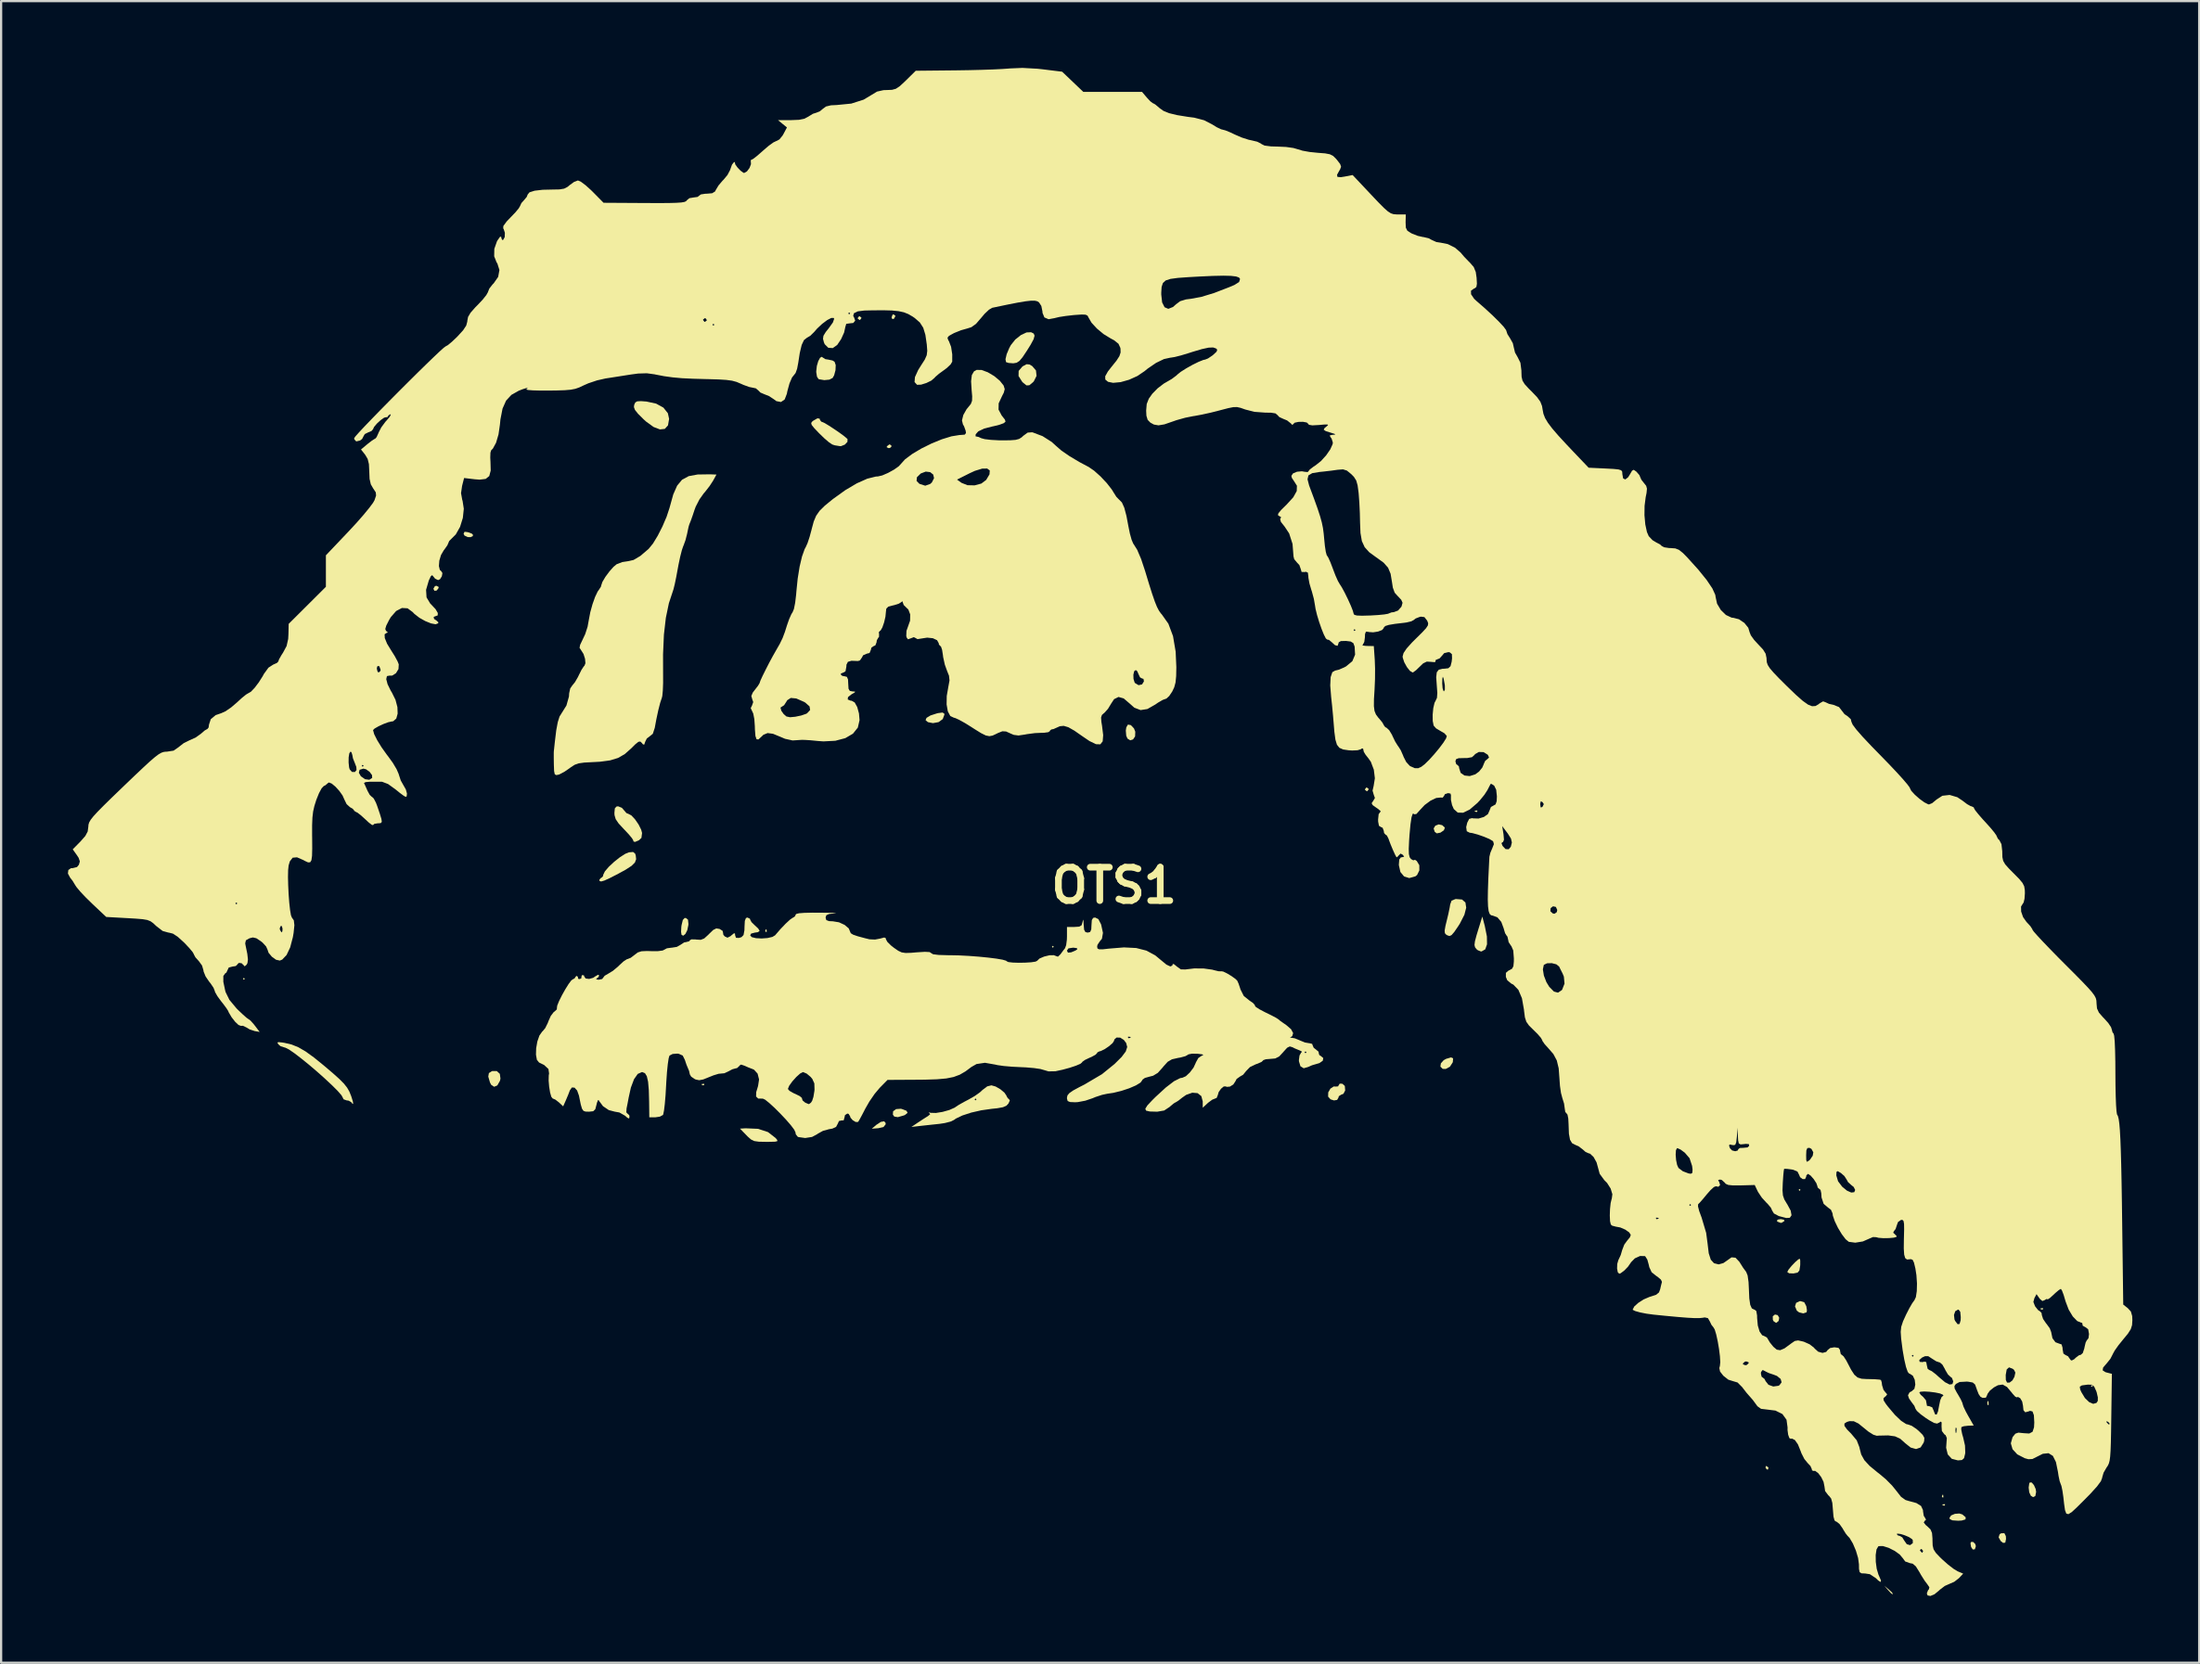
<source format=kicad_pcb>
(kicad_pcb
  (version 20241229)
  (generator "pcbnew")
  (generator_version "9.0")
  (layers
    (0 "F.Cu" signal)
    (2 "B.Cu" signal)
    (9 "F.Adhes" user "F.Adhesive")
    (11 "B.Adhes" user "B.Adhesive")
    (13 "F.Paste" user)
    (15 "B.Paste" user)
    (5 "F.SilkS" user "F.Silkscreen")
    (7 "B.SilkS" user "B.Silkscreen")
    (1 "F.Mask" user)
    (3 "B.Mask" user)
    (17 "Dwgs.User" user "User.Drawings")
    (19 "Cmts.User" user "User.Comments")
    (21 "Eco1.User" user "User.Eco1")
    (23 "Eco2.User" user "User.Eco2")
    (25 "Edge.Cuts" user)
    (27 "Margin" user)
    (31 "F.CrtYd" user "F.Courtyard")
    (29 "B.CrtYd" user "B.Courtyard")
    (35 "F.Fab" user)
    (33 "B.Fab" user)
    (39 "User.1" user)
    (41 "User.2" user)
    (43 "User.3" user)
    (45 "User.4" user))
  (footprint "OTS1"
    (layer "F.Cu")
    (at 46.974 36.723)
    (property "Reference" "OTS1" (at 0 0 0) (layer "F.SilkS") (effects (font (size 1.5 1.5) (thickness 0.3))))
    (attr board_only exclude_from_pos_files exclude_from_bom)
    (fp_poly (pts (xy -39.031 4.191) (xy -39.074 4.233) (xy -39.116 4.191) (xy -39.074 4.149)) (stroke (width 0) (type solid)) (fill yes) (layer "F.SilkS"))
    (fp_poly (pts (xy -2.709 2.752) (xy -2.752 2.794) (xy -2.794 2.752) (xy -2.752 2.709)) (stroke (width 0) (type solid)) (fill yes) (layer "F.SilkS"))
    (fp_poly (pts (xy 30.819 13.674) (xy 30.776 13.716) (xy 30.734 13.674) (xy 30.776 13.631)) (stroke (width 0) (type solid)) (fill yes) (layer "F.SilkS"))
    (fp_poly (pts (xy 43.942 22.479) (xy 43.9 22.521) (xy 43.857 22.479) (xy 43.9 22.437)) (stroke (width 0) (type solid)) (fill yes) (layer "F.SilkS"))
    (fp_poly (pts (xy -18.401 8.918) (xy -18.413 8.969) (xy -18.457 8.975) (xy -18.527 8.944) (xy -18.514 8.918) (xy -18.413 8.908)) (stroke (width 0) (type solid)) (fill yes) (layer "F.SilkS"))
    (fp_poly (pts (xy -15.607 1.976) (xy -15.597 2.076) (xy -15.607 2.088) (xy -15.657 2.077) (xy -15.663 2.032) (xy -15.632 1.962)) (stroke (width 0) (type solid)) (fill yes) (layer "F.SilkS"))
    (fp_poly (pts (xy 16.312 -3.358) (xy 16.301 -3.308) (xy 16.256 -3.302) (xy 16.186 -3.333) (xy 16.2 -3.358) (xy 16.3 -3.369)) (stroke (width 0) (type solid)) (fill yes) (layer "F.SilkS"))
    (fp_poly (pts (xy 37.225 27.376) (xy 37.235 27.476) (xy 37.225 27.488) (xy 37.175 27.477) (xy 37.169 27.432) (xy 37.2 27.362)) (stroke (width 0) (type solid)) (fill yes) (layer "F.SilkS"))
    (fp_poly (pts (xy 37.31 27.799) (xy 37.298 27.849) (xy 37.253 27.855) (xy 37.184 27.824) (xy 37.197 27.799) (xy 37.297 27.789)) (stroke (width 0) (type solid)) (fill yes) (layer "F.SilkS"))
    (fp_poly (pts (xy 39.259 23.183) (xy 39.269 23.315) (xy 39.252 23.345) (xy 39.213 23.32) (xy 39.207 23.234) (xy 39.228 23.144)) (stroke (width 0) (type solid)) (fill yes) (layer "F.SilkS"))
    (fp_poly (pts (xy 41.712 18.994) (xy 41.701 19.044) (xy 41.656 19.05) (xy 41.586 19.019) (xy 41.6 18.994) (xy 41.7 18.983)) (stroke (width 0) (type solid)) (fill yes) (layer "F.SilkS"))
    (fp_poly (pts (xy -30.332 -13.413) (xy -30.33 -13.361) (xy -30.414 -13.25) (xy -30.516 -13.235) (xy -30.565 -13.328) (xy -30.496 -13.445) (xy -30.431 -13.462)) (stroke (width 0) (type solid)) (fill yes) (layer "F.SilkS"))
    (fp_poly (pts (xy 34.777 31.615) (xy 34.937 31.765) (xy 34.96 31.83) (xy 34.938 31.835) (xy 34.869 31.778) (xy 34.748 31.644) (xy 34.586 31.454)) (stroke (width 0) (type solid)) (fill yes) (layer "F.SilkS"))
    (fp_poly (pts (xy -11.348 -25.505) (xy -11.345 -25.485) (xy -11.41 -25.402) (xy -11.43 -25.4) (xy -11.512 -25.464) (xy -11.515 -25.485) (xy -11.45 -25.567) (xy -11.43 -25.569)) (stroke (width 0) (type solid)) (fill yes) (layer "F.SilkS"))
    (fp_poly (pts (xy -10.257 10.67) (xy -10.26 10.732) (xy -10.357 10.851) (xy -10.584 10.902) (xy -10.88 10.925) (xy -10.68 10.754) (xy -10.476 10.62) (xy -10.325 10.591)) (stroke (width 0) (type solid)) (fill yes) (layer "F.SilkS"))
    (fp_poly (pts (xy -9.993 -19.747) (xy -9.991 -19.727) (xy -10.06 -19.653) (xy -10.123 -19.643) (xy -10.21 -19.684) (xy -10.202 -19.727) (xy -10.094 -19.809) (xy -10.07 -19.812)) (stroke (width 0) (type solid)) (fill yes) (layer "F.SilkS"))
    (fp_poly (pts (xy -9.824 -25.593) (xy -9.821 -25.574) (xy -9.883 -25.46) (xy -9.906 -25.442) (xy -9.978 -25.462) (xy -9.991 -25.522) (xy -9.946 -25.638) (xy -9.906 -25.654)) (stroke (width 0) (type solid)) (fill yes) (layer "F.SilkS"))
    (fp_poly (pts (xy 11.428 -4.338) (xy 11.43 -4.318) (xy 11.366 -4.236) (xy 11.345 -4.233) (xy 11.263 -4.298) (xy 11.261 -4.318) (xy 11.325 -4.4) (xy 11.345 -4.403)) (stroke (width 0) (type solid)) (fill yes) (layer "F.SilkS"))
    (fp_poly (pts (xy 29.376 26.139) (xy 29.379 26.162) (xy 29.35 26.244) (xy 29.342 26.247) (xy 29.27 26.187) (xy 29.252 26.162) (xy 29.259 26.084) (xy 29.29 26.077)) (stroke (width 0) (type solid)) (fill yes) (layer "F.SilkS"))
    (fp_poly (pts (xy 30.077 15.012) (xy 30.099 15.071) (xy 29.976 15.149) (xy 29.93 15.155) (xy 29.788 15.102) (xy 29.76 15.071) (xy 29.791 15.008) (xy 29.93 14.986)) (stroke (width 0) (type solid)) (fill yes) (layer "F.SilkS"))
    (fp_poly (pts (xy 38.663 29.575) (xy 38.693 29.676) (xy 38.647 29.818) (xy 38.553 29.826) (xy 38.479 29.713) (xy 38.452 29.554) (xy 38.468 29.491) (xy 38.566 29.483)) (stroke (width 0) (type solid)) (fill yes) (layer "F.SilkS"))
    (fp_poly (pts (xy -29.02 -15.87) (xy -28.841 -15.806) (xy -28.785 -15.749) (xy -28.799 -15.69) (xy -28.895 -15.646) (xy -29.02 -15.648) (xy -29.168 -15.717) (xy -29.21 -15.802) (xy -29.164 -15.888)) (stroke (width 0) (type solid)) (fill yes) (layer "F.SilkS"))
    (fp_poly (pts (xy 14.732 -2.709) (xy 14.852 -2.598) (xy 14.807 -2.479) (xy 14.652 -2.373) (xy 14.488 -2.341) (xy 14.394 -2.412) (xy 14.347 -2.562) (xy 14.423 -2.686) (xy 14.574 -2.744)) (stroke (width 0) (type solid)) (fill yes) (layer "F.SilkS"))
    (fp_poly (pts (xy 29.795 19.299) (xy 29.863 19.416) (xy 29.838 19.559) (xy 29.737 19.641) (xy 29.718 19.643) (xy 29.613 19.575) (xy 29.577 19.51) (xy 29.574 19.349) (xy 29.673 19.27)) (stroke (width 0) (type solid)) (fill yes) (layer "F.SilkS"))
    (fp_poly (pts (xy 40.039 29.223) (xy 40.047 29.351) (xy 40.013 29.518) (xy 39.914 29.529) (xy 39.81 29.447) (xy 39.715 29.279) (xy 39.76 29.139) (xy 39.827 29.098) (xy 39.972 29.091)) (stroke (width 0) (type solid)) (fill yes) (layer "F.SilkS"))
    (fp_poly (pts (xy -9.532 10.039) (xy -9.321 10.12) (xy -9.273 10.213) (xy -9.39 10.308) (xy -9.441 10.329) (xy -9.711 10.406) (xy -9.871 10.38) (xy -9.934 10.293) (xy -9.923 10.142) (xy -9.789 10.044) (xy -9.581 10.029)) (stroke (width 0) (type solid)) (fill yes) (layer "F.SilkS"))
    (fp_poly (pts (xy 15.221 7.764) (xy 15.209 7.922) (xy 15.2 7.952) (xy 15.077 8.141) (xy 14.89 8.242) (xy 14.753 8.237) (xy 14.65 8.136) (xy 14.671 7.99) (xy 14.799 7.846) (xy 14.904 7.788) (xy 15.124 7.722)) (stroke (width 0) (type solid)) (fill yes) (layer "F.SilkS"))
    (fp_poly (pts (xy 30.988 18.721) (xy 31.079 18.896) (xy 31.108 19.078) (xy 31.092 19.172) (xy 30.943 19.22) (xy 30.756 19.175) (xy 30.653 19.096) (xy 30.572 18.907) (xy 30.623 18.747) (xy 30.787 18.67) (xy 30.814 18.669)) (stroke (width 0) (type solid)) (fill yes) (layer "F.SilkS"))
    (fp_poly (pts (xy 38.087 28.251) (xy 38.237 28.381) (xy 38.226 28.475) (xy 38.055 28.525) (xy 37.895 28.533) (xy 37.641 28.516) (xy 37.524 28.461) (xy 37.507 28.407) (xy 37.58 28.296) (xy 37.751 28.224) (xy 37.952 28.209)) (stroke (width 0) (type solid)) (fill yes) (layer "F.SilkS"))
    (fp_poly (pts (xy 41.203 26.818) (xy 41.301 26.934) (xy 41.377 27.105) (xy 41.399 27.237) (xy 41.363 27.423) (xy 41.263 27.474) (xy 41.162 27.412) (xy 41.09 27.259) (xy 41.064 27.046) (xy 41.089 26.862) (xy 41.118 26.812)) (stroke (width 0) (type solid)) (fill yes) (layer "F.SilkS"))
    (fp_poly (pts (xy -27.582 8.46) (xy -27.553 8.675) (xy -27.577 8.776) (xy -27.694 8.981) (xy -27.836 9.042) (xy -27.971 8.952) (xy -28.024 8.848) (xy -28.1 8.585) (xy -28.073 8.427) (xy -27.938 8.339) (xy -27.931 8.337) (xy -27.718 8.335)) (stroke (width 0) (type solid)) (fill yes) (layer "F.SilkS"))
    (fp_poly (pts (xy -7.626 -7.72) (xy -7.62 -7.675) (xy -7.694 -7.474) (xy -7.881 -7.338) (xy -8.134 -7.292) (xy -8.361 -7.337) (xy -8.466 -7.426) (xy -8.422 -7.53) (xy -8.245 -7.637) (xy -7.953 -7.731) (xy -7.895 -7.744) (xy -7.702 -7.768)) (stroke (width 0) (type solid)) (fill yes) (layer "F.SilkS"))
    (fp_poly (pts (xy 0.748 -7.204) (xy 0.757 -7.199) (xy 0.892 -7.056) (xy 0.951 -6.907) (xy 0.942 -6.696) (xy 0.851 -6.56) (xy 0.723 -6.521) (xy 0.601 -6.597) (xy 0.544 -6.725) (xy 0.525 -6.96) (xy 0.548 -7.106) (xy 0.621 -7.228)) (stroke (width 0) (type solid)) (fill yes) (layer "F.SilkS"))
    (fp_poly (pts (xy -19.134 1.534) (xy -19.113 1.725) (xy -19.117 1.781) (xy -19.165 2.01) (xy -19.251 2.18) (xy -19.348 2.256) (xy -19.423 2.215) (xy -19.444 2.081) (xy -19.432 1.856) (xy -19.421 1.779) (xy -19.365 1.549) (xy -19.285 1.46) (xy -19.229 1.46)) (stroke (width 0) (type solid)) (fill yes) (layer "F.SilkS"))
    (fp_poly (pts (xy 16.644 1.82) (xy 16.738 2.288) (xy 16.744 2.641) (xy 16.664 2.869) (xy 16.499 2.962) (xy 16.468 2.963) (xy 16.331 2.909) (xy 16.273 2.862) (xy 16.206 2.777) (xy 16.181 2.672) (xy 16.201 2.508) (xy 16.269 2.249) (xy 16.352 1.977) (xy 16.532 1.397)) (stroke (width 0) (type solid)) (fill yes) (layer "F.SilkS"))
    (fp_poly (pts (xy -15.989 10.93) (xy -15.54 11.077) (xy -15.201 11.341) (xy -15.125 11.432) (xy -15.122 11.484) (xy -15.219 11.508) (xy -15.442 11.514) (xy -15.634 11.515) (xy -15.951 11.509) (xy -16.155 11.48) (xy -16.305 11.408) (xy -16.456 11.274) (xy -16.51 11.218) (xy -16.797 10.922) (xy -16.548 10.906)) (stroke (width 0) (type solid)) (fill yes) (layer "F.SilkS"))
    (fp_poly (pts (xy -3.802 -23.402) (xy -3.677 -23.33) (xy -3.509 -23.134) (xy -3.483 -22.89) (xy -3.604 -22.646) (xy -3.641 -22.606) (xy -3.805 -22.469) (xy -3.934 -22.462) (xy -4.091 -22.587) (xy -4.134 -22.633) (xy -4.291 -22.883) (xy -4.286 -23.114) (xy -4.118 -23.31) (xy -4.1 -23.322) (xy -3.932 -23.413)) (stroke (width 0) (type solid)) (fill yes) (layer "F.SilkS"))
    (fp_poly (pts (xy 30.807 16.838) (xy 30.807 17.023) (xy 30.803 17.081) (xy 30.77 17.292) (xy 30.689 17.389) (xy 30.51 17.425) (xy 30.501 17.426) (xy 30.307 17.419) (xy 30.226 17.363) (xy 30.226 17.359) (xy 30.281 17.255) (xy 30.414 17.092) (xy 30.576 16.922) (xy 30.719 16.797) (xy 30.784 16.764)) (stroke (width 0) (type solid)) (fill yes) (layer "F.SilkS"))
    (fp_poly (pts (xy -20.997 -21.737) (xy -20.565 -21.644) (xy -20.238 -21.465) (xy -20.037 -21.213) (xy -19.981 -20.958) (xy -20.031 -20.667) (xy -20.173 -20.509) (xy -20.393 -20.485) (xy -20.678 -20.594) (xy -21.015 -20.838) (xy -21.132 -20.944) (xy -21.377 -21.189) (xy -21.513 -21.359) (xy -21.561 -21.488) (xy -21.548 -21.59) (xy -21.499 -21.696) (xy -21.411 -21.747) (xy -21.239 -21.755)) (stroke (width 0) (type solid)) (fill yes) (layer "F.SilkS"))
    (fp_poly (pts (xy -13.088 -23.718) (xy -12.964 -23.641) (xy -12.839 -23.622) (xy -12.644 -23.581) (xy -12.552 -23.525) (xy -12.5 -23.375) (xy -12.51 -23.146) (xy -12.572 -22.914) (xy -12.638 -22.797) (xy -12.784 -22.721) (xy -13.014 -22.699) (xy -13.246 -22.737) (xy -13.271 -22.747) (xy -13.341 -22.852) (xy -13.374 -23.057) (xy -13.374 -23.1) (xy -13.347 -23.339) (xy -13.284 -23.554) (xy -13.202 -23.704) (xy -13.122 -23.748)) (stroke (width 0) (type solid)) (fill yes) (layer "F.SilkS"))
    (fp_poly (pts (xy -3.61 -24.791) (xy -3.571 -24.695) (xy -3.616 -24.534) (xy -3.751 -24.284) (xy -3.916 -24.02) (xy -4.108 -23.732) (xy -4.25 -23.562) (xy -4.375 -23.48) (xy -4.515 -23.456) (xy -4.537 -23.455) (xy -4.738 -23.47) (xy -4.853 -23.508) (xy -4.877 -23.638) (xy -4.824 -23.865) (xy -4.708 -24.141) (xy -4.636 -24.273) (xy -4.438 -24.522) (xy -4.188 -24.721) (xy -3.933 -24.841) (xy -3.727 -24.85)) (stroke (width 0) (type solid)) (fill yes) (layer "F.SilkS"))
    (fp_poly (pts (xy 10.248 8.906) (xy 10.35 8.995) (xy 10.36 9.017) (xy 10.375 9.208) (xy 10.296 9.357) (xy 10.193 9.398) (xy 10.089 9.466) (xy 10.075 9.525) (xy 10.014 9.631) (xy 9.873 9.655) (xy 9.717 9.606) (xy 9.612 9.488) (xy 9.608 9.477) (xy 9.614 9.293) (xy 9.712 9.124) (xy 9.858 9.028) (xy 9.956 9.032) (xy 10.06 9.024) (xy 10.075 8.984) (xy 10.131 8.9)) (stroke (width 0) (type solid)) (fill yes) (layer "F.SilkS"))
    (fp_poly (pts (xy 15.62 0.63) (xy 15.774 0.764) (xy 15.809 0.997) (xy 15.727 1.317) (xy 15.525 1.711) (xy 15.452 1.826) (xy 15.273 2.088) (xy 15.152 2.228) (xy 15.058 2.271) (xy 14.958 2.237) (xy 14.911 2.209) (xy 14.852 2.144) (xy 14.841 2.025) (xy 14.878 1.812) (xy 14.931 1.596) (xy 15.007 1.281) (xy 15.065 1.002) (xy 15.091 0.847) (xy 15.152 0.681) (xy 15.321 0.612) (xy 15.351 0.608)) (stroke (width 0) (type solid)) (fill yes) (layer "F.SilkS"))
    (fp_poly (pts (xy -21.508 -1.433) (xy -21.479 -1.349) (xy -21.461 -1.18) (xy -21.517 -1.031) (xy -21.669 -0.88) (xy -21.939 -0.705) (xy -22.261 -0.529) (xy -22.634 -0.337) (xy -22.883 -0.223) (xy -23.031 -0.18) (xy -23.1 -0.199) (xy -23.114 -0.254) (xy -23.05 -0.336) (xy -23.029 -0.339) (xy -22.953 -0.409) (xy -22.936 -0.487) (xy -22.864 -0.635) (xy -22.689 -0.839) (xy -22.451 -1.061) (xy -22.191 -1.268) (xy -21.949 -1.423) (xy -21.786 -1.489) (xy -21.598 -1.505)) (stroke (width 0) (type solid)) (fill yes) (layer "F.SilkS"))
    (fp_poly (pts (xy -22.101 -3.488) (xy -22.013 -3.387) (xy -21.896 -3.252) (xy -21.809 -3.217) (xy -21.676 -3.148) (xy -21.512 -2.973) (xy -21.353 -2.743) (xy -21.235 -2.507) (xy -21.195 -2.359) (xy -21.223 -2.138) (xy -21.331 -2.034) (xy -21.509 -1.956) (xy -21.582 -1.977) (xy -21.59 -2.026) (xy -21.646 -2.121) (xy -21.792 -2.297) (xy -21.998 -2.517) (xy -22.013 -2.532) (xy -22.248 -2.786) (xy -22.379 -2.979) (xy -22.431 -3.157) (xy -22.437 -3.258) (xy -22.418 -3.463) (xy -22.344 -3.546) (xy -22.27 -3.556)) (stroke (width 0) (type solid)) (fill yes) (layer "F.SilkS"))
    (fp_poly (pts (xy -13.219 -20.966) (xy -13.208 -20.913) (xy -13.146 -20.83) (xy -13.126 -20.828) (xy -13.02 -20.782) (xy -12.822 -20.665) (xy -12.576 -20.505) (xy -12.325 -20.333) (xy -12.114 -20.177) (xy -11.985 -20.067) (xy -11.969 -20.048) (xy -11.974 -19.924) (xy -12.089 -19.803) (xy -12.259 -19.735) (xy -12.308 -19.733) (xy -12.543 -19.771) (xy -12.658 -19.809) (xy -12.8 -19.904) (xy -13.011 -20.085) (xy -13.246 -20.313) (xy -13.25 -20.317) (xy -13.467 -20.545) (xy -13.579 -20.686) (xy -13.602 -20.774) (xy -13.552 -20.842) (xy -13.509 -20.876) (xy -13.318 -20.985)) (stroke (width 0) (type solid)) (fill yes) (layer "F.SilkS"))
    (fp_poly (pts (xy -37.359 7.052) (xy -37.251 7.069) (xy -36.936 7.142) (xy -36.632 7.264) (xy -36.307 7.452) (xy -35.928 7.726) (xy -35.499 8.074) (xy -35.09 8.421) (xy -34.792 8.688) (xy -34.581 8.9) (xy -34.437 9.083) (xy -34.336 9.26) (xy -34.257 9.457) (xy -34.254 9.464) (xy -34.18 9.702) (xy -34.165 9.816) (xy -34.21 9.792) (xy -34.248 9.737) (xy -34.367 9.666) (xy -34.464 9.652) (xy -34.599 9.603) (xy -34.629 9.538) (xy -34.692 9.423) (xy -34.864 9.225) (xy -35.122 8.968) (xy -35.439 8.672) (xy -35.791 8.358) (xy -36.154 8.049) (xy -36.503 7.766) (xy -36.812 7.529) (xy -37.057 7.362) (xy -37.214 7.284) (xy -37.234 7.281) (xy -37.425 7.22) (xy -37.516 7.144) (xy -37.57 7.063) (xy -37.527 7.035)) (stroke (width 0) (type solid)) (fill yes) (layer "F.SilkS"))
    (fp_poly (pts (xy -5.322 9.029) (xy -5.108 9.152) (xy -4.925 9.305) (xy -4.829 9.447) (xy -4.826 9.472) (xy -4.76 9.571) (xy -4.73 9.585) (xy -4.682 9.656) (xy -4.745 9.795) (xy -4.836 9.893) (xy -4.989 9.959) (xy -5.244 10.006) (xy -5.497 10.032) (xy -5.962 10.098) (xy -6.415 10.201) (xy -6.81 10.33) (xy -7.102 10.469) (xy -7.188 10.531) (xy -7.343 10.605) (xy -7.603 10.671) (xy -7.832 10.706) (xy -8.189 10.744) (xy -8.548 10.783) (xy -8.721 10.802) (xy -9.102 10.846) (xy -8.812 10.651) (xy -8.584 10.501) (xy -8.389 10.377) (xy -8.36 10.36) (xy -8.258 10.275) (xy -8.306 10.215) (xy -8.311 10.213) (xy -8.331 10.191) (xy -8.225 10.212) (xy -8.002 10.218) (xy -7.701 10.169) (xy -7.395 10.083) (xy -7.157 9.977) (xy -7.112 9.945) (xy -6.969 9.851) (xy -6.732 9.718) (xy -6.537 9.616) (xy -6.526 9.61) (xy -6.265 9.61) (xy -6.223 9.652) (xy -6.181 9.61) (xy -6.223 9.567) (xy -6.265 9.61) (xy -6.526 9.61) (xy -6.256 9.455) (xy -6.013 9.281) (xy -5.908 9.183) (xy -5.696 9.023) (xy -5.509 8.977)) (stroke (width 0) (type solid)) (fill yes) (layer "F.SilkS"))
    (fp_poly (pts (xy -18.093 -18.466) (xy -17.855 -18.457) (xy -18.006 -18.182) (xy -18.163 -17.941) (xy -18.367 -17.679) (xy -18.427 -17.611) (xy -18.618 -17.343) (xy -18.785 -17.018) (xy -18.833 -16.891) (xy -18.922 -16.624) (xy -18.997 -16.411) (xy -19.024 -16.341) (xy -19.071 -16.226) (xy -19.103 -16.124) (xy -19.137 -15.97) (xy -19.174 -15.79) (xy -19.245 -15.512) (xy -19.333 -15.27) (xy -19.347 -15.24) (xy -19.407 -15.065) (xy -19.482 -14.772) (xy -19.558 -14.412) (xy -19.593 -14.224) (xy -19.661 -13.856) (xy -19.727 -13.537) (xy -19.782 -13.313) (xy -19.802 -13.25) (xy -19.991 -12.677) (xy -20.127 -12.023) (xy -20.214 -11.267) (xy -20.253 -10.386) (xy -20.251 -9.483) (xy -20.25 -9.095) (xy -20.263 -8.757) (xy -20.286 -8.514) (xy -20.308 -8.424) (xy -20.379 -8.213) (xy -20.465 -7.878) (xy -20.554 -7.464) (xy -20.625 -7.08) (xy -20.712 -6.815) (xy -20.84 -6.71) (xy -20.982 -6.602) (xy -21.05 -6.464) (xy -21.098 -6.327) (xy -21.156 -6.34) (xy -21.205 -6.401) (xy -21.274 -6.466) (xy -21.359 -6.453) (xy -21.495 -6.345) (xy -21.682 -6.159) (xy -21.969 -5.904) (xy -22.271 -5.729) (xy -22.631 -5.619) (xy -23.09 -5.558) (xy -23.426 -5.54) (xy -23.79 -5.521) (xy -24.037 -5.486) (xy -24.22 -5.422) (xy -24.39 -5.313) (xy -24.449 -5.268) (xy -24.682 -5.108) (xy -24.894 -4.996) (xy -24.956 -4.974) (xy -25.06 -4.959) (xy -25.118 -5.004) (xy -25.145 -5.143) (xy -25.155 -5.414) (xy -25.156 -5.448) (xy -25.16 -5.732) (xy -25.16 -5.944) (xy -25.157 -6.029) (xy -25.144 -6.144) (xy -25.121 -6.36) (xy -25.111 -6.452) (xy -25.049 -6.967) (xy -24.98 -7.337) (xy -24.9 -7.59) (xy -24.802 -7.747) (xy -24.591 -8.085) (xy -24.478 -8.487) (xy -24.469 -8.631) (xy -24.421 -8.849) (xy -24.328 -8.985) (xy -24.208 -9.133) (xy -24.074 -9.364) (xy -24.029 -9.458) (xy -23.916 -9.684) (xy -23.815 -9.838) (xy -23.784 -9.868) (xy -23.738 -9.983) (xy -23.756 -10.182) (xy -23.824 -10.398) (xy -23.929 -10.564) (xy -23.929 -10.564) (xy -24.002 -10.674) (xy -23.976 -10.81) (xy -23.929 -10.908) (xy -23.749 -11.289) (xy -23.642 -11.619) (xy -23.584 -11.938) (xy -23.52 -12.274) (xy -23.421 -12.632) (xy -23.305 -12.96) (xy -23.19 -13.202) (xy -23.135 -13.278) (xy -23.044 -13.418) (xy -23.029 -13.478) (xy -22.976 -13.636) (xy -22.841 -13.863) (xy -22.661 -14.106) (xy -22.475 -14.315) (xy -22.339 -14.428) (xy -22.084 -14.527) (xy -21.843 -14.563) (xy -21.58 -14.62) (xy -21.275 -14.8) (xy -20.905 -15.115) (xy -20.898 -15.122) (xy -20.705 -15.359) (xy -20.491 -15.711) (xy -20.28 -16.127) (xy -20.095 -16.558) (xy -19.963 -16.957) (xy -19.945 -17.024) (xy -19.794 -17.567) (xy -19.62 -17.96) (xy -19.398 -18.227) (xy -19.101 -18.386) (xy -18.702 -18.46) (xy -18.173 -18.468)) (stroke (width 0) (type solid)) (fill yes) (layer "F.SilkS"))
    (fp_poly (pts (xy -5.952 -23.155) (xy -5.674 -23.053) (xy -5.386 -22.882) (xy -5.133 -22.672) (xy -4.961 -22.456) (xy -4.911 -22.295) (xy -4.953 -22.136) (xy -5.028 -21.989) (xy -5.183 -21.657) (xy -5.189 -21.375) (xy -5.048 -21.11) (xy -5.034 -21.093) (xy -4.903 -20.925) (xy -4.876 -20.835) (xy -4.945 -20.773) (xy -4.971 -20.759) (xy -5.154 -20.692) (xy -5.406 -20.63) (xy -5.447 -20.622) (xy -5.832 -20.525) (xy -6.099 -20.397) (xy -6.215 -20.267) (xy -6.222 -20.175) (xy -6.199 -20.17) (xy -6.085 -20.146) (xy -5.967 -20.091) (xy -5.808 -20.048) (xy -5.529 -20.015) (xy -5.181 -19.996) (xy -5.04 -19.994) (xy -4.671 -19.997) (xy -4.428 -20.015) (xy -4.269 -20.056) (xy -4.151 -20.13) (xy -4.079 -20.197) (xy -3.882 -20.342) (xy -3.682 -20.356) (xy -3.651 -20.349) (xy -3.212 -20.183) (xy -2.799 -19.92) (xy -2.604 -19.742) (xy -2.364 -19.533) (xy -1.999 -19.282) (xy -1.541 -19.01) (xy -1.143 -18.799) (xy -0.898 -18.631) (xy -0.609 -18.372) (xy -0.328 -18.073) (xy -0.103 -17.785) (xy -0.023 -17.653) (xy 0.102 -17.456) (xy 0.224 -17.331) (xy 0.228 -17.329) (xy 0.35 -17.204) (xy 0.456 -16.969) (xy 0.553 -16.604) (xy 0.64 -16.142) (xy 0.708 -15.808) (xy 0.786 -15.528) (xy 0.86 -15.354) (xy 0.873 -15.337) (xy 1.036 -15.078) (xy 1.211 -14.668) (xy 1.387 -14.139) (xy 1.567 -13.545) (xy 1.711 -13.091) (xy 1.827 -12.755) (xy 1.925 -12.513) (xy 2.014 -12.342) (xy 2.101 -12.22) (xy 2.14 -12.177) (xy 2.437 -11.757) (xy 2.645 -11.2) (xy 2.763 -10.504) (xy 2.794 -9.808) (xy 2.786 -9.403) (xy 2.758 -9.118) (xy 2.699 -8.9) (xy 2.609 -8.711) (xy 2.474 -8.511) (xy 2.35 -8.395) (xy 2.312 -8.382) (xy 2.183 -8.335) (xy 1.977 -8.216) (xy 1.849 -8.128) (xy 1.495 -7.926) (xy 1.188 -7.878) (xy 0.908 -7.986) (xy 0.701 -8.17) (xy 0.43 -8.402) (xy 0.197 -8.468) (xy -0.001 -8.369) (xy -0.134 -8.167) (xy -0.273 -7.937) (xy -0.428 -7.763) (xy -0.449 -7.747) (xy -0.547 -7.659) (xy -0.585 -7.542) (xy -0.571 -7.345) (xy -0.543 -7.178) (xy -0.491 -6.753) (xy -0.513 -6.474) (xy -0.619 -6.34) (xy -0.814 -6.346) (xy -1.105 -6.487) (xy -1.418 -6.699) (xy -1.784 -6.954) (xy -2.055 -7.108) (xy -2.262 -7.17) (xy -2.437 -7.153) (xy -2.553 -7.101) (xy -2.723 -7.025) (xy -2.815 -7.009) (xy -2.876 -6.963) (xy -2.879 -6.939) (xy -2.954 -6.886) (xy -3.145 -6.859) (xy -3.239 -6.858) (xy -3.557 -6.844) (xy -3.907 -6.798) (xy -3.997 -6.781) (xy -4.292 -6.737) (xy -4.507 -6.765) (xy -4.632 -6.818) (xy -4.851 -6.917) (xy -5.019 -6.926) (xy -5.222 -6.845) (xy -5.28 -6.815) (xy -5.454 -6.734) (xy -5.602 -6.706) (xy -5.764 -6.739) (xy -5.977 -6.845) (xy -6.279 -7.033) (xy -6.401 -7.112) (xy -6.704 -7.3) (xy -6.967 -7.445) (xy -7.149 -7.526) (xy -7.194 -7.535) (xy -7.356 -7.612) (xy -7.467 -7.821) (xy -7.521 -8.132) (xy -7.515 -8.514) (xy -7.441 -8.937) (xy -7.391 -9.21) (xy -7.414 -9.423) (xy -7.432 -9.468) (xy 0.865 -9.468) (xy 0.871 -9.277) (xy 0.922 -9.116) (xy 0.939 -9.093) (xy 1.097 -8.997) (xy 1.254 -9.031) (xy 1.339 -9.168) (xy 1.318 -9.283) (xy 1.263 -9.294) (xy 1.165 -9.346) (xy 1.108 -9.466) (xy 1.038 -9.624) (xy 0.974 -9.678) (xy 0.901 -9.623) (xy 0.865 -9.468) (xy -7.432 -9.468) (xy -7.497 -9.63) (xy -7.602 -9.922) (xy -7.676 -10.259) (xy -7.687 -10.351) (xy -7.724 -10.585) (xy -7.773 -10.73) (xy -7.8 -10.753) (xy -7.865 -10.822) (xy -7.874 -10.882) (xy -7.949 -11.017) (xy -8.139 -11.106) (xy -8.394 -11.132) (xy -8.599 -11.101) (xy -8.826 -11.065) (xy -8.911 -11.112) (xy -8.993 -11.154) (xy -9.117 -11.106) (xy -9.254 -11.057) (xy -9.316 -11.139) (xy -9.333 -11.212) (xy -9.322 -11.441) (xy -9.261 -11.612) (xy -9.161 -11.895) (xy -9.156 -12.176) (xy -9.24 -12.397) (xy -9.313 -12.466) (xy -9.447 -12.598) (xy -9.484 -12.699) (xy -9.509 -12.771) (xy -9.547 -12.733) (xy -9.666 -12.658) (xy -9.878 -12.591) (xy -9.927 -12.581) (xy -10.139 -12.525) (xy -10.229 -12.433) (xy -10.245 -12.304) (xy -10.268 -12.071) (xy -10.328 -11.815) (xy -10.406 -11.59) (xy -10.486 -11.451) (xy -10.521 -11.43) (xy -10.567 -11.368) (xy -10.554 -11.306) (xy -10.555 -11.169) (xy -10.587 -11.131) (xy -10.655 -11.014) (xy -10.668 -10.917) (xy -10.722 -10.783) (xy -10.795 -10.753) (xy -10.898 -10.682) (xy -10.922 -10.583) (xy -10.98 -10.443) (xy -11.099 -10.414) (xy -11.269 -10.341) (xy -11.322 -10.241) (xy -11.414 -10.108) (xy -11.504 -10.082) (xy -11.793 -10.093) (xy -11.952 -10.046) (xy -12.016 -9.922) (xy -12.023 -9.821) (xy -12.061 -9.62) (xy -12.15 -9.567) (xy -12.262 -9.522) (xy -12.277 -9.483) (xy -12.206 -9.414) (xy -12.107 -9.398) (xy -11.997 -9.37) (xy -11.948 -9.255) (xy -11.938 -9.059) (xy -11.925 -8.839) (xy -11.869 -8.741) (xy -11.748 -8.717) (xy -11.63 -8.708) (xy -11.646 -8.671) (xy -11.792 -8.586) (xy -11.949 -8.46) (xy -11.96 -8.354) (xy -11.827 -8.299) (xy -11.781 -8.297) (xy -11.648 -8.22) (xy -11.534 -8.015) (xy -11.456 -7.727) (xy -11.43 -7.428) (xy -11.507 -7.092) (xy -11.726 -6.819) (xy -12.069 -6.618) (xy -12.517 -6.5) (xy -13.052 -6.472) (xy -13.31 -6.491) (xy -13.631 -6.522) (xy -13.895 -6.539) (xy -14.049 -6.54) (xy -14.055 -6.539) (xy -14.437 -6.514) (xy -14.777 -6.589) (xy -14.981 -6.676) (xy -15.317 -6.814) (xy -15.559 -6.846) (xy -15.745 -6.77) (xy -15.844 -6.675) (xy -15.971 -6.559) (xy -16.055 -6.568) (xy -16.105 -6.714) (xy -16.128 -7.01) (xy -16.132 -7.152) (xy -16.154 -7.47) (xy -16.202 -7.718) (xy -16.251 -7.826) (xy -16.317 -7.966) (xy -16.305 -7.99) (xy -14.98 -7.99) (xy -14.943 -7.849) (xy -14.838 -7.7) (xy -14.713 -7.591) (xy -14.552 -7.557) (xy -14.317 -7.579) (xy -14.049 -7.635) (xy -13.833 -7.709) (xy -13.788 -7.732) (xy -13.649 -7.881) (xy -13.675 -8.044) (xy -13.863 -8.212) (xy -13.929 -8.25) (xy -14.272 -8.4) (xy -14.517 -8.424) (xy -14.677 -8.321) (xy -14.72 -8.248) (xy -14.818 -8.096) (xy -14.9 -8.043) (xy -14.98 -7.99) (xy -16.305 -7.99) (xy -16.26 -8.08) (xy -16.204 -8.238) (xy -16.25 -8.37) (xy -16.289 -8.512) (xy -16.225 -8.665) (xy -16.129 -8.79) (xy -15.993 -8.965) (xy -15.921 -9.084) (xy -15.917 -9.098) (xy -15.88 -9.204) (xy -15.782 -9.418) (xy -15.642 -9.7) (xy -15.482 -10.012) (xy -15.321 -10.311) (xy -15.19 -10.541) (xy -15.01 -10.856) (xy -14.885 -11.114) (xy -14.78 -11.394) (xy -14.689 -11.684) (xy -14.591 -11.964) (xy -14.491 -12.188) (xy -14.435 -12.277) (xy -14.376 -12.422) (xy -14.321 -12.698) (xy -14.277 -13.068) (xy -14.266 -13.208) (xy -14.207 -13.788) (xy -14.121 -14.323) (xy -14.014 -14.775) (xy -13.895 -15.109) (xy -13.841 -15.209) (xy -13.765 -15.379) (xy -13.673 -15.657) (xy -13.584 -15.985) (xy -13.578 -16.013) (xy -13.487 -16.349) (xy -13.379 -16.607) (xy -13.224 -16.829) (xy -12.992 -17.058) (xy -12.652 -17.336) (xy -12.615 -17.365) (xy -12.068 -17.758) (xy -11.549 -18.065) (xy -11.312 -18.17) (xy -8.869 -18.17) (xy -8.742 -18.041) (xy -8.48 -17.957) (xy -8.255 -18.037) (xy -8.181 -18.106) (xy -8.118 -18.231) (xy -7.053 -18.231) (xy -6.849 -18.084) (xy -6.582 -17.979) (xy -6.263 -17.972) (xy -5.96 -18.054) (xy -5.745 -18.216) (xy -5.595 -18.468) (xy -5.584 -18.641) (xy -5.699 -18.728) (xy -5.925 -18.724) (xy -6.251 -18.624) (xy -6.484 -18.517) (xy -7.053 -18.231) (xy -8.118 -18.231) (xy -8.085 -18.296) (xy -8.123 -18.458) (xy -8.259 -18.566) (xy -8.458 -18.59) (xy -8.682 -18.505) (xy -8.855 -18.335) (xy -8.869 -18.17) (xy -11.312 -18.17) (xy -11.084 -18.272) (xy -10.697 -18.368) (xy -10.607 -18.373) (xy -10.412 -18.418) (xy -10.15 -18.531) (xy -9.882 -18.679) (xy -9.67 -18.829) (xy -9.588 -18.918) (xy -9.39 -19.139) (xy -9.067 -19.381) (xy -8.658 -19.625) (xy -8.201 -19.851) (xy -7.737 -20.041) (xy -7.303 -20.175) (xy -6.939 -20.234) (xy -6.887 -20.236) (xy -6.706 -20.251) (xy -6.651 -20.321) (xy -6.666 -20.426) (xy -6.736 -20.621) (xy -6.789 -20.714) (xy -6.831 -20.891) (xy -6.77 -21.135) (xy -6.625 -21.392) (xy -6.546 -21.488) (xy -6.433 -21.628) (xy -6.379 -21.77) (xy -6.373 -21.973) (xy -6.396 -22.233) (xy -6.422 -22.649) (xy -6.388 -22.928) (xy -6.29 -23.094) (xy -6.174 -23.158)) (stroke (width 0) (type solid)) (fill yes) (layer "F.SilkS"))
    (fp_poly (pts (xy -13.229 1.222) (xy -12.866 1.226) (xy -12.614 1.232) (xy -12.49 1.241) (xy -12.512 1.25) (xy -12.552 1.253) (xy -12.801 1.281) (xy -12.921 1.336) (xy -12.954 1.436) (xy -12.954 1.444) (xy -12.923 1.554) (xy -12.8 1.601) (xy -12.627 1.609) (xy -12.353 1.654) (xy -12.099 1.771) (xy -11.915 1.928) (xy -11.853 2.077) (xy -11.824 2.144) (xy -11.72 2.209) (xy -11.513 2.28) (xy -11.179 2.37) (xy -10.987 2.417) (xy -10.736 2.429) (xy -10.5 2.384) (xy -10.321 2.336) (xy -10.251 2.368) (xy -10.245 2.417) (xy -10.181 2.533) (xy -10.017 2.696) (xy -9.885 2.8) (xy -9.695 2.931) (xy -9.54 3.005) (xy -9.364 3.032) (xy -9.111 3.024) (xy -8.869 3.003) (xy -8.501 2.98) (xy -8.286 2.991) (xy -8.213 3.036) (xy -8.213 3.039) (xy -8.129 3.089) (xy -7.879 3.12) (xy -7.466 3.132) (xy -7.387 3.132) (xy -6.977 3.14) (xy -6.531 3.163) (xy -6.079 3.197) (xy -5.654 3.239) (xy -5.286 3.285) (xy -5.008 3.333) (xy -4.85 3.379) (xy -4.826 3.402) (xy -4.75 3.439) (xy -4.553 3.462) (xy -4.284 3.471) (xy -3.992 3.466) (xy -3.724 3.449) (xy -3.529 3.42) (xy -3.456 3.384) (xy -3.349 3.281) (xy -3.141 3.192) (xy -2.903 3.135) (xy -2.705 3.131) (xy -2.637 3.158) (xy -2.523 3.198) (xy -2.411 3.093) (xy -2.407 3.087) (xy -2.289 2.927) (xy -2.117 2.927) (xy -2.073 3.017) (xy -1.926 3.002) (xy -1.741 2.925) (xy -1.655 2.869) (xy -1.667 2.817) (xy -1.821 2.794) (xy -1.846 2.794) (xy -2.051 2.825) (xy -2.117 2.924) (xy -2.117 2.927) (xy -2.289 2.927) (xy -2.277 2.91) (xy -2.204 2.819) (xy -2.153 2.679) (xy -2.122 2.438) (xy -2.117 2.29) (xy -2.117 1.863) (xy -1.784 1.863) (xy -1.565 1.849) (xy -1.46 1.786) (xy -1.417 1.638) (xy -1.415 1.63) (xy -1.392 1.532) (xy -1.376 1.597) (xy -1.367 1.757) (xy -1.346 1.988) (xy -1.288 2.093) (xy -1.185 2.117) (xy -1.075 2.088) (xy -1.026 1.973) (xy -1.016 1.778) (xy -1.001 1.555) (xy -0.943 1.457) (xy -0.853 1.439) (xy -0.708 1.51) (xy -0.591 1.734) (xy -0.582 1.757) (xy -0.501 2.129) (xy -0.547 2.394) (xy -0.641 2.507) (xy -0.747 2.667) (xy -0.762 2.752) (xy -0.745 2.832) (xy -0.67 2.868) (xy -0.499 2.866) (xy -0.233 2.836) (xy 0.441 2.781) (xy 0.992 2.809) (xy 1.452 2.926) (xy 1.848 3.14) (xy 2.114 3.361) (xy 2.351 3.556) (xy 2.524 3.636) (xy 2.615 3.595) (xy 2.625 3.54) (xy 2.672 3.523) (xy 2.788 3.615) (xy 2.802 3.63) (xy 2.998 3.769) (xy 3.204 3.772) (xy 3.598 3.725) (xy 4.028 3.729) (xy 4.405 3.781) (xy 4.482 3.802) (xy 4.683 3.851) (xy 4.804 3.857) (xy 4.812 3.852) (xy 4.901 3.867) (xy 5.072 3.95) (xy 5.27 4.069) (xy 5.442 4.192) (xy 5.525 4.271) (xy 5.588 4.407) (xy 5.662 4.627) (xy 5.674 4.67) (xy 5.822 4.962) (xy 6.066 5.16) (xy 6.241 5.282) (xy 6.321 5.374) (xy 6.318 5.394) (xy 6.361 5.454) (xy 6.524 5.56) (xy 6.773 5.691) (xy 6.794 5.701) (xy 7.065 5.834) (xy 7.27 5.942) (xy 7.365 6.003) (xy 7.366 6.004) (xy 7.457 6.079) (xy 7.637 6.206) (xy 7.725 6.266) (xy 7.944 6.454) (xy 8.039 6.63) (xy 7.998 6.767) (xy 7.938 6.806) (xy 7.896 6.84) (xy 7.959 6.838) (xy 8.117 6.866) (xy 8.329 6.953) (xy 8.344 6.961) (xy 8.57 7.053) (xy 8.761 7.085) (xy 8.767 7.084) (xy 8.892 7.115) (xy 8.912 7.173) (xy 8.961 7.289) (xy 9.063 7.368) (xy 9.179 7.465) (xy 9.189 7.531) (xy 9.214 7.617) (xy 9.271 7.651) (xy 9.391 7.75) (xy 9.369 7.872) (xy 9.221 7.976) (xy 9.126 8.005) (xy 8.889 8.074) (xy 8.713 8.152) (xy 8.512 8.21) (xy 8.366 8.119) (xy 8.299 7.897) (xy 8.297 7.841) (xy 8.325 7.635) (xy 8.393 7.515) (xy 8.403 7.51) (xy 8.413 7.493) (xy 8.551 7.493) (xy 8.594 7.535) (xy 8.636 7.493) (xy 8.594 7.451) (xy 8.551 7.493) (xy 8.413 7.493) (xy 8.431 7.46) (xy 8.34 7.412) (xy 8.117 7.32) (xy 8.006 7.264) (xy 7.887 7.23) (xy 7.77 7.288) (xy 7.61 7.464) (xy 7.596 7.482) (xy 7.411 7.681) (xy 7.235 7.77) (xy 7.019 7.789) (xy 6.81 7.806) (xy 6.696 7.846) (xy 6.689 7.861) (xy 6.616 7.927) (xy 6.434 8.007) (xy 6.365 8.029) (xy 6.101 8.156) (xy 5.931 8.331) (xy 5.931 8.331) (xy 5.791 8.502) (xy 5.656 8.58) (xy 5.5 8.691) (xy 5.446 8.796) (xy 5.352 8.939) (xy 5.197 9.035) (xy 5.052 9.046) (xy 5.017 9.025) (xy 4.923 9.028) (xy 4.8 9.13) (xy 4.695 9.28) (xy 4.657 9.411) (xy 4.605 9.541) (xy 4.542 9.567) (xy 4.407 9.621) (xy 4.228 9.753) (xy 4.203 9.775) (xy 3.979 9.983) (xy 3.979 9.699) (xy 3.916 9.461) (xy 3.749 9.328) (xy 3.511 9.308) (xy 3.236 9.405) (xy 3.063 9.525) (xy 2.891 9.661) (xy 2.778 9.733) (xy 2.765 9.737) (xy 2.678 9.789) (xy 2.524 9.917) (xy 2.49 9.948) (xy 2.249 10.107) (xy 1.949 10.159) (xy 1.9 10.16) (xy 1.602 10.152) (xy 1.436 10.114) (xy 1.4 10.029) (xy 1.494 9.878) (xy 1.716 9.641) (xy 1.861 9.497) (xy 2.322 9.074) (xy 2.69 8.792) (xy 2.966 8.653) (xy 3.066 8.636) (xy 3.22 8.568) (xy 3.401 8.399) (xy 3.566 8.181) (xy 3.667 7.964) (xy 3.671 7.948) (xy 3.781 7.75) (xy 3.915 7.658) (xy 4.005 7.616) (xy 3.963 7.586) (xy 3.77 7.561) (xy 3.734 7.558) (xy 3.497 7.555) (xy 3.338 7.585) (xy 3.31 7.606) (xy 3.203 7.666) (xy 2.988 7.725) (xy 2.86 7.748) (xy 2.597 7.808) (xy 2.406 7.919) (xy 2.216 8.128) (xy 2.183 8.171) (xy 1.964 8.416) (xy 1.752 8.545) (xy 1.587 8.587) (xy 1.383 8.644) (xy 1.272 8.723) (xy 1.267 8.743) (xy 1.186 8.853) (xy 0.978 8.98) (xy 0.68 9.109) (xy 0.33 9.225) (xy -0.034 9.314) (xy -0.305 9.354) (xy -0.539 9.404) (xy -0.834 9.501) (xy -0.972 9.558) (xy -1.292 9.666) (xy -1.628 9.73) (xy -1.746 9.737) (xy -1.978 9.727) (xy -2.086 9.681) (xy -2.116 9.574) (xy -2.117 9.534) (xy -2.095 9.429) (xy -2.012 9.328) (xy -1.841 9.209) (xy -1.556 9.054) (xy -1.333 8.941) (xy -0.545 8.476) (xy 0.021 8.017) (xy 0.338 7.701) (xy 0.523 7.455) (xy 0.588 7.254) (xy 0.54 7.074) (xy 0.436 6.937) (xy 0.273 6.834) (xy 0.11 6.83) (xy 0.009 6.919) (xy -0.001 6.973) (xy -0.067 7.078) (xy -0.227 7.218) (xy -0.424 7.352) (xy -0.6 7.438) (xy -0.661 7.451) (xy -0.756 7.501) (xy -0.762 7.526) (xy -0.833 7.601) (xy -1.012 7.699) (xy -1.101 7.737) (xy -1.308 7.836) (xy -1.428 7.922) (xy -1.439 7.946) (xy -1.515 8.01) (xy -1.714 8.095) (xy -1.994 8.188) (xy -2.314 8.275) (xy -2.63 8.343) (xy -2.637 8.344) (xy -2.945 8.35) (xy -3.144 8.291) (xy -3.312 8.243) (xy -3.601 8.201) (xy -3.964 8.17) (xy -4.19 8.16) (xy -4.588 8.14) (xy -4.956 8.108) (xy -5.237 8.068) (xy -5.333 8.046) (xy -5.799 7.964) (xy -6.177 8.02) (xy -6.407 8.151) (xy -6.675 8.351) (xy -6.93 8.499) (xy -7.206 8.602) (xy -7.536 8.668) (xy -7.954 8.705) (xy -8.491 8.722) (xy -8.797 8.725) (xy -10.173 8.733) (xy -10.527 9.092) (xy -10.752 9.36) (xy -10.989 9.705) (xy -11.166 10.014) (xy -11.31 10.292) (xy -11.425 10.506) (xy -11.491 10.615) (xy -11.495 10.62) (xy -11.599 10.625) (xy -11.737 10.544) (xy -11.838 10.426) (xy -11.853 10.369) (xy -11.921 10.259) (xy -11.98 10.245) (xy -12.084 10.316) (xy -12.107 10.423) (xy -12.145 10.553) (xy -12.233 10.553) (xy -12.353 10.579) (xy -12.409 10.703) (xy -12.484 10.844) (xy -12.65 10.921) (xy -12.8 10.947) (xy -13.071 11.021) (xy -13.299 11.145) (xy -13.328 11.169) (xy -13.563 11.295) (xy -13.871 11.343) (xy -14.17 11.301) (xy -14.203 11.289) (xy -14.292 11.179) (xy -14.309 11.084) (xy -14.366 10.965) (xy -14.517 10.765) (xy -14.734 10.515) (xy -14.988 10.246) (xy -15.247 9.987) (xy -15.485 9.769) (xy -15.67 9.621) (xy -15.772 9.574) (xy -15.98 9.571) (xy -16.076 9.479) (xy -16.07 9.28) (xy -16.027 9.14) (xy -14.647 9.14) (xy -14.576 9.224) (xy -14.396 9.327) (xy -14.309 9.365) (xy -14.113 9.462) (xy -14.016 9.546) (xy -14.015 9.571) (xy -13.986 9.657) (xy -13.867 9.756) (xy -13.723 9.816) (xy -13.698 9.819) (xy -13.613 9.756) (xy -13.558 9.672) (xy -13.501 9.495) (xy -13.459 9.238) (xy -13.452 9.168) (xy -13.46 8.89) (xy -13.552 8.687) (xy -13.628 8.597) (xy -13.804 8.45) (xy -13.96 8.383) (xy -13.971 8.382) (xy -14.096 8.445) (xy -14.27 8.601) (xy -14.449 8.801) (xy -14.589 8.996) (xy -14.647 9.138) (xy -14.647 9.14) (xy -16.027 9.14) (xy -15.987 9.006) (xy -15.942 8.712) (xy -16.008 8.451) (xy -16.168 8.274) (xy -16.234 8.245) (xy -16.427 8.171) (xy -16.587 8.099) (xy -16.748 8.044) (xy -16.821 8.09) (xy -16.827 8.107) (xy -16.931 8.203) (xy -16.986 8.213) (xy -17.144 8.257) (xy -17.315 8.348) (xy -17.499 8.434) (xy -17.629 8.446) (xy -17.762 8.459) (xy -17.989 8.528) (xy -18.175 8.603) (xy -18.446 8.712) (xy -18.629 8.747) (xy -18.782 8.716) (xy -18.83 8.695) (xy -18.989 8.587) (xy -19.049 8.487) (xy -19.086 8.323) (xy -19.125 8.233) (xy -19.203 8.044) (xy -19.274 7.832) (xy -19.37 7.639) (xy -19.544 7.561) (xy -19.609 7.552) (xy -19.823 7.568) (xy -19.963 7.64) (xy -20.001 7.763) (xy -20.04 8.023) (xy -20.077 8.388) (xy -20.107 8.825) (xy -20.115 8.978) (xy -20.141 9.422) (xy -20.174 9.81) (xy -20.21 10.107) (xy -20.245 10.281) (xy -20.257 10.308) (xy -20.395 10.383) (xy -20.606 10.414) (xy -20.87 10.413) (xy -20.878 9.715) (xy -20.892 9.191) (xy -20.925 8.815) (xy -20.981 8.568) (xy -21.065 8.431) (xy -21.183 8.383) (xy -21.203 8.382) (xy -21.389 8.464) (xy -21.556 8.702) (xy -21.698 9.081) (xy -21.796 9.525) (xy -21.848 9.801) (xy -21.891 10.012) (xy -21.902 10.189) (xy -21.851 10.245) (xy -21.772 10.314) (xy -21.759 10.386) (xy -21.777 10.467) (xy -21.853 10.435) (xy -21.955 10.344) (xy -22.211 10.197) (xy -22.417 10.16) (xy -22.69 10.089) (xy -22.95 9.912) (xy -23.122 9.68) (xy -23.133 9.652) (xy -23.174 9.639) (xy -23.223 9.769) (xy -23.24 9.842) (xy -23.295 10.051) (xy -23.387 10.14) (xy -23.568 10.16) (xy -23.587 10.16) (xy -23.732 10.156) (xy -23.826 10.123) (xy -23.891 10.028) (xy -23.947 9.839) (xy -24.012 9.523) (xy -24.028 9.441) (xy -24.111 9.209) (xy -24.228 9.08) (xy -24.347 9.074) (xy -24.436 9.201) (xy -24.505 9.383) (xy -24.604 9.619) (xy -24.612 9.638) (xy -24.738 9.921) (xy -24.926 9.744) (xy -25.089 9.618) (xy -25.209 9.567) (xy -25.27 9.491) (xy -25.325 9.298) (xy -25.367 9.038) (xy -25.39 8.764) (xy -25.384 8.527) (xy -25.37 8.444) (xy -25.399 8.243) (xy -25.593 8.063) (xy -25.821 7.951) (xy -25.918 7.829) (xy -25.959 7.599) (xy -25.95 7.308) (xy -25.897 7.006) (xy -25.826 6.802) (xy 0.621 6.802) (xy 0.633 6.852) (xy 0.677 6.858) (xy 0.747 6.827) (xy 0.734 6.802) (xy 0.633 6.791) (xy 0.621 6.802) (xy -25.826 6.802) (xy -25.805 6.741) (xy -25.68 6.563) (xy -25.661 6.549) (xy -25.544 6.407) (xy -25.429 6.177) (xy -25.4 6.097) (xy -25.294 5.86) (xy -25.167 5.692) (xy -25.128 5.663) (xy -25.022 5.566) (xy -25.019 5.503) (xy -25.005 5.396) (xy -24.923 5.193) (xy -24.795 4.936) (xy -24.645 4.668) (xy -24.497 4.43) (xy -24.374 4.265) (xy -24.301 4.212) (xy -24.219 4.173) (xy -24.215 4.149) (xy -24.15 4.067) (xy -24.125 4.064) (xy -24.07 4.111) (xy -24.079 4.135) (xy -24.054 4.197) (xy -24.003 4.205) (xy -23.919 4.17) (xy -23.923 4.14) (xy -23.904 4.045) (xy -23.877 4.023) (xy -23.802 4.039) (xy -23.791 4.09) (xy -23.725 4.179) (xy -23.57 4.197) (xy -23.39 4.147) (xy -23.294 4.081) (xy -23.176 4.013) (xy -23.128 4.022) (xy -23.142 4.102) (xy -23.201 4.152) (xy -23.263 4.211) (xy -23.174 4.231) (xy -23.135 4.232) (xy -22.987 4.201) (xy -22.945 4.147) (xy -22.875 4.055) (xy -22.712 3.96) (xy -22.505 3.834) (xy -22.276 3.643) (xy -22.214 3.581) (xy -22.03 3.412) (xy -21.879 3.313) (xy -21.838 3.302) (xy -21.704 3.248) (xy -21.532 3.118) (xy -21.527 3.114) (xy -21.388 3.008) (xy -21.223 2.955) (xy -20.976 2.943) (xy -20.789 2.949) (xy -20.482 2.949) (xy -20.269 2.921) (xy -20.196 2.884) (xy -20.081 2.822) (xy -19.876 2.794) (xy -19.86 2.794) (xy -19.634 2.758) (xy -19.476 2.67) (xy -19.473 2.667) (xy -19.306 2.558) (xy -19.209 2.54) (xy -19.077 2.505) (xy -19.05 2.461) (xy -18.977 2.42) (xy -18.798 2.423) (xy -18.759 2.429) (xy -18.561 2.441) (xy -18.405 2.38) (xy -18.225 2.217) (xy -18.187 2.177) (xy -18 1.997) (xy -17.862 1.929) (xy -17.724 1.95) (xy -17.711 1.954) (xy -17.58 2.037) (xy -17.562 2.106) (xy -17.545 2.215) (xy -17.481 2.288) (xy -17.36 2.345) (xy -17.227 2.278) (xy -17.186 2.242) (xy -17.064 2.144) (xy -17.022 2.163) (xy -17.018 2.231) (xy -16.979 2.35) (xy -16.843 2.356) (xy -16.729 2.319) (xy -16.639 2.225) (xy -16.599 2.011) (xy -16.595 1.854) (xy -16.581 1.591) (xy -16.532 1.464) (xy -16.468 1.439) (xy -16.355 1.49) (xy -16.341 1.533) (xy -16.28 1.646) (xy -16.133 1.79) (xy -16.129 1.793) (xy -15.981 1.932) (xy -15.917 2.036) (xy -15.917 2.038) (xy -15.99 2.097) (xy -16.129 2.117) (xy -16.299 2.161) (xy -16.341 2.244) (xy -16.266 2.321) (xy -16.077 2.367) (xy -15.826 2.38) (xy -15.564 2.361) (xy -15.343 2.31) (xy -15.222 2.238) (xy -14.983 1.961) (xy -14.749 1.716) (xy -14.551 1.533) (xy -14.422 1.444) (xy -14.403 1.439) (xy -14.317 1.372) (xy -14.309 1.327) (xy -14.272 1.279) (xy -14.146 1.247) (xy -13.909 1.229) (xy -13.539 1.221)) (stroke (width 0) (type solid)) (fill yes) (layer "F.SilkS"))
    (fp_poly (pts (xy -3.435 -36.685) (xy -3.208 -36.66) (xy -2.333 -36.552) (xy -1.858 -36.099) (xy -1.382 -35.645) (xy -0.063 -35.645) (xy 1.255 -35.645) (xy 1.469 -35.391) (xy 1.62 -35.228) (xy 1.731 -35.141) (xy 1.747 -35.137) (xy 1.845 -35.083) (xy 2.003 -34.952) (xy 2.035 -34.922) (xy 2.213 -34.794) (xy 2.468 -34.69) (xy 2.826 -34.603) (xy 3.314 -34.524) (xy 3.598 -34.488) (xy 4.04 -34.372) (xy 4.386 -34.194) (xy 4.616 -34.055) (xy 4.802 -33.967) (xy 4.866 -33.951) (xy 5.001 -33.915) (xy 5.228 -33.822) (xy 5.421 -33.73) (xy 5.731 -33.596) (xy 6.042 -33.496) (xy 6.189 -33.465) (xy 6.426 -33.408) (xy 6.594 -33.324) (xy 6.613 -33.305) (xy 6.756 -33.234) (xy 7.047 -33.197) (xy 7.342 -33.189) (xy 7.72 -33.172) (xy 8.049 -33.126) (xy 8.242 -33.07) (xy 8.461 -33.004) (xy 8.781 -32.947) (xy 9.133 -32.911) (xy 9.141 -32.91) (xy 9.473 -32.884) (xy 9.685 -32.844) (xy 9.83 -32.773) (xy 9.957 -32.649) (xy 10.008 -32.59) (xy 10.15 -32.405) (xy 10.191 -32.283) (xy 10.145 -32.162) (xy 10.117 -32.117) (xy 10.01 -31.923) (xy 10.026 -31.827) (xy 10.18 -31.815) (xy 10.351 -31.842) (xy 10.71 -31.911) (xy 11.543 -31.026) (xy 11.872 -30.679) (xy 12.112 -30.437) (xy 12.288 -30.281) (xy 12.425 -30.192) (xy 12.55 -30.152) (xy 12.688 -30.142) (xy 12.736 -30.141) (xy 13.096 -30.141) (xy 13.088 -29.784) (xy 13.098 -29.548) (xy 13.166 -29.411) (xy 13.333 -29.302) (xy 13.377 -29.28) (xy 13.63 -29.18) (xy 13.86 -29.128) (xy 13.885 -29.127) (xy 14.122 -29.071) (xy 14.261 -28.996) (xy 14.47 -28.902) (xy 14.672 -28.871) (xy 14.984 -28.808) (xy 15.308 -28.646) (xy 15.559 -28.429) (xy 15.577 -28.406) (xy 15.719 -28.239) (xy 15.916 -28.034) (xy 15.97 -27.982) (xy 16.147 -27.779) (xy 16.239 -27.552) (xy 16.276 -27.29) (xy 16.29 -27.027) (xy 16.266 -26.885) (xy 16.191 -26.822) (xy 16.158 -26.811) (xy 16.024 -26.716) (xy 16.027 -26.556) (xy 16.164 -26.354) (xy 16.266 -26.258) (xy 16.645 -25.928) (xy 16.989 -25.611) (xy 17.277 -25.327) (xy 17.488 -25.1) (xy 17.599 -24.949) (xy 17.611 -24.913) (xy 17.66 -24.765) (xy 17.779 -24.578) (xy 17.78 -24.576) (xy 17.902 -24.358) (xy 17.949 -24.153) (xy 18.001 -23.937) (xy 18.119 -23.73) (xy 18.243 -23.48) (xy 18.288 -23.128) (xy 18.288 -23.079) (xy 18.296 -22.848) (xy 18.336 -22.677) (xy 18.435 -22.517) (xy 18.619 -22.316) (xy 18.744 -22.193) (xy 18.992 -21.933) (xy 19.138 -21.73) (xy 19.214 -21.534) (xy 19.241 -21.37) (xy 19.277 -21.185) (xy 19.35 -20.997) (xy 19.477 -20.784) (xy 19.671 -20.527) (xy 19.948 -20.205) (xy 20.323 -19.799) (xy 20.62 -19.485) (xy 21.306 -18.765) (xy 22.065 -18.729) (xy 22.424 -18.71) (xy 22.647 -18.687) (xy 22.766 -18.65) (xy 22.813 -18.588) (xy 22.82 -18.49) (xy 22.82 -18.477) (xy 22.856 -18.284) (xy 22.953 -18.237) (xy 23.081 -18.338) (xy 23.157 -18.46) (xy 23.256 -18.631) (xy 23.332 -18.671) (xy 23.437 -18.598) (xy 23.459 -18.579) (xy 23.583 -18.436) (xy 23.622 -18.344) (xy 23.675 -18.224) (xy 23.793 -18.074) (xy 23.89 -17.952) (xy 23.925 -17.822) (xy 23.905 -17.624) (xy 23.867 -17.438) (xy 23.818 -17.054) (xy 23.813 -16.629) (xy 23.85 -16.218) (xy 23.924 -15.875) (xy 24.005 -15.69) (xy 24.176 -15.509) (xy 24.338 -15.411) (xy 24.513 -15.319) (xy 24.592 -15.245) (xy 24.705 -15.189) (xy 24.919 -15.157) (xy 24.994 -15.155) (xy 25.198 -15.14) (xy 25.364 -15.075) (xy 25.544 -14.93) (xy 25.73 -14.741) (xy 26.225 -14.193) (xy 26.604 -13.725) (xy 26.861 -13.344) (xy 26.992 -13.057) (xy 27.009 -12.951) (xy 27.073 -12.657) (xy 27.241 -12.374) (xy 27.471 -12.15) (xy 27.725 -12.031) (xy 27.804 -12.023) (xy 28.058 -11.957) (xy 28.299 -11.793) (xy 28.474 -11.576) (xy 28.533 -11.379) (xy 28.59 -11.234) (xy 28.74 -11.026) (xy 28.914 -10.837) (xy 29.136 -10.6) (xy 29.253 -10.411) (xy 29.293 -10.22) (xy 29.295 -10.159) (xy 29.305 -10.031) (xy 29.348 -9.905) (xy 29.441 -9.759) (xy 29.604 -9.568) (xy 29.852 -9.308) (xy 30.206 -8.956) (xy 30.213 -8.949) (xy 30.614 -8.563) (xy 30.921 -8.292) (xy 31.156 -8.125) (xy 31.339 -8.052) (xy 31.49 -8.061) (xy 31.631 -8.142) (xy 31.678 -8.182) (xy 31.833 -8.27) (xy 31.939 -8.232) (xy 32.098 -8.158) (xy 32.298 -8.114) (xy 32.548 -8.014) (xy 32.654 -7.878) (xy 32.794 -7.696) (xy 32.931 -7.605) (xy 33.077 -7.471) (xy 33.105 -7.353) (xy 33.159 -7.227) (xy 33.324 -7.005) (xy 33.605 -6.684) (xy 34.005 -6.259) (xy 34.417 -5.837) (xy 34.8 -5.443) (xy 35.139 -5.084) (xy 35.416 -4.779) (xy 35.615 -4.545) (xy 35.719 -4.404) (xy 35.729 -4.376) (xy 35.793 -4.251) (xy 35.954 -4.076) (xy 36.165 -3.89) (xy 36.38 -3.734) (xy 36.552 -3.647) (xy 36.591 -3.641) (xy 36.731 -3.698) (xy 36.901 -3.838) (xy 36.915 -3.852) (xy 37.188 -4.03) (xy 37.515 -4.067) (xy 37.86 -3.965) (xy 38.097 -3.807) (xy 38.297 -3.655) (xy 38.457 -3.566) (xy 38.499 -3.556) (xy 38.6 -3.506) (xy 38.608 -3.474) (xy 38.662 -3.38) (xy 38.808 -3.196) (xy 39.017 -2.957) (xy 39.116 -2.85) (xy 39.344 -2.597) (xy 39.519 -2.385) (xy 39.614 -2.249) (xy 39.624 -2.222) (xy 39.682 -2.102) (xy 39.751 -2.032) (xy 39.842 -1.856) (xy 39.878 -1.534) (xy 39.878 -1.49) (xy 39.884 -1.27) (xy 39.92 -1.105) (xy 40.009 -0.951) (xy 40.176 -0.762) (xy 40.386 -0.55) (xy 40.636 -0.297) (xy 40.787 -0.115) (xy 40.864 0.039) (xy 40.891 0.209) (xy 40.894 0.352) (xy 40.877 0.599) (xy 40.836 0.768) (xy 40.809 0.804) (xy 40.722 0.947) (xy 40.726 1.171) (xy 40.812 1.42) (xy 40.967 1.64) (xy 40.979 1.651) (xy 41.138 1.824) (xy 41.226 1.959) (xy 41.233 1.985) (xy 41.29 2.068) (xy 41.452 2.252) (xy 41.701 2.52) (xy 42.022 2.854) (xy 42.396 3.237) (xy 42.672 3.514) (xy 43.124 3.966) (xy 43.47 4.318) (xy 43.724 4.585) (xy 43.901 4.785) (xy 44.013 4.937) (xy 44.077 5.057) (xy 44.104 5.164) (xy 44.111 5.274) (xy 44.111 5.295) (xy 44.132 5.523) (xy 44.218 5.71) (xy 44.4 5.919) (xy 44.45 5.969) (xy 44.638 6.178) (xy 44.761 6.362) (xy 44.789 6.447) (xy 44.832 6.602) (xy 44.873 6.646) (xy 44.903 6.748) (xy 44.927 7.005) (xy 44.944 7.401) (xy 44.955 7.922) (xy 44.958 8.455) (xy 44.962 8.986) (xy 44.972 9.46) (xy 44.987 9.851) (xy 45.007 10.133) (xy 45.029 10.279) (xy 45.036 10.291) (xy 45.073 10.361) (xy 45.106 10.495) (xy 45.135 10.706) (xy 45.16 11.005) (xy 45.182 11.403) (xy 45.201 11.913) (xy 45.219 12.547) (xy 45.235 13.316) (xy 45.25 14.231) (xy 45.263 15.191) (xy 45.31 18.824) (xy 45.515 18.986) (xy 45.653 19.136) (xy 45.712 19.34) (xy 45.72 19.528) (xy 45.706 19.747) (xy 45.648 19.93) (xy 45.52 20.131) (xy 45.307 20.39) (xy 45.095 20.652) (xy 44.927 20.89) (xy 44.837 21.055) (xy 44.834 21.064) (xy 44.733 21.26) (xy 44.571 21.462) (xy 44.57 21.462) (xy 44.407 21.654) (xy 44.386 21.778) (xy 44.509 21.859) (xy 44.583 21.88) (xy 44.8 21.935) (xy 44.773 23.914) (xy 44.764 24.545) (xy 44.754 25.03) (xy 44.741 25.391) (xy 44.723 25.652) (xy 44.698 25.836) (xy 44.663 25.965) (xy 44.617 26.062) (xy 44.556 26.151) (xy 44.556 26.152) (xy 44.428 26.375) (xy 44.366 26.583) (xy 44.365 26.605) (xy 44.308 26.756) (xy 44.134 26.992) (xy 43.835 27.322) (xy 43.572 27.59) (xy 43.235 27.925) (xy 43.001 28.143) (xy 42.847 28.239) (xy 42.753 28.212) (xy 42.696 28.058) (xy 42.655 27.776) (xy 42.621 27.471) (xy 42.58 27.187) (xy 42.534 26.969) (xy 42.501 26.882) (xy 42.455 26.755) (xy 42.406 26.521) (xy 42.377 26.331) (xy 42.288 25.897) (xy 42.15 25.621) (xy 41.956 25.5) (xy 41.699 25.527) (xy 41.445 25.654) (xy 41.233 25.761) (xy 41.051 25.771) (xy 40.885 25.724) (xy 40.552 25.552) (xy 40.339 25.32) (xy 40.263 25.056) (xy 40.338 24.787) (xy 40.352 24.764) (xy 40.467 24.623) (xy 40.602 24.576) (xy 40.828 24.599) (xy 40.833 24.6) (xy 41.09 24.616) (xy 41.238 24.538) (xy 41.304 24.34) (xy 41.316 24.116) (xy 41.313 24.07) (xy 44.548 24.07) (xy 44.569 24.117) (xy 44.654 24.208) (xy 44.703 24.189) (xy 44.704 24.177) (xy 44.644 24.106) (xy 44.606 24.08) (xy 44.548 24.07) (xy 41.313 24.07) (xy 41.298 23.794) (xy 41.236 23.625) (xy 41.123 23.597) (xy 41.066 23.621) (xy 40.91 23.663) (xy 40.83 23.569) (xy 40.809 23.364) (xy 40.772 23.178) (xy 40.684 23.03) (xy 40.582 22.972) (xy 40.536 22.993) (xy 40.463 22.962) (xy 40.34 22.827) (xy 40.305 22.78) (xy 40.09 22.525) (xy 40.07 22.514) (xy 43.359 22.514) (xy 43.377 22.636) (xy 43.428 22.754) (xy 43.59 23.022) (xy 43.778 23.204) (xy 43.961 23.283) (xy 44.108 23.242) (xy 44.167 23.153) (xy 44.17 22.994) (xy 44.117 22.764) (xy 44.097 22.709) (xy 44.005 22.506) (xy 43.899 22.424) (xy 43.719 22.42) (xy 43.684 22.424) (xy 43.452 22.455) (xy 43.359 22.514) (xy 40.07 22.514) (xy 39.896 22.417) (xy 39.685 22.447) (xy 39.506 22.543) (xy 39.318 22.695) (xy 39.212 22.844) (xy 39.204 22.881) (xy 39.142 23.007) (xy 38.995 23.014) (xy 38.899 22.965) (xy 38.818 22.847) (xy 38.737 22.64) (xy 38.727 22.606) (xy 38.658 22.416) (xy 38.553 22.325) (xy 38.352 22.289) (xy 38.287 22.284) (xy 37.964 22.302) (xy 37.8 22.386) (xy 37.731 22.481) (xy 37.739 22.592) (xy 37.833 22.77) (xy 37.885 22.855) (xy 38.013 23.077) (xy 38.09 23.247) (xy 38.1 23.293) (xy 38.14 23.414) (xy 38.242 23.629) (xy 38.348 23.823) (xy 38.596 24.257) (xy 38.346 24.266) (xy 38.149 24.289) (xy 38.042 24.329) (xy 38.036 24.433) (xy 38.078 24.641) (xy 38.125 24.802) (xy 38.205 25.156) (xy 38.217 25.475) (xy 38.211 25.523) (xy 38.162 25.724) (xy 38.068 25.807) (xy 37.887 25.823) (xy 37.612 25.752) (xy 37.43 25.554) (xy 37.358 25.255) (xy 37.372 25.055) (xy 37.389 24.822) (xy 37.336 24.693) (xy 37.277 24.65) (xy 37.166 24.501) (xy 37.164 24.469) (xy 37.775 24.469) (xy 37.788 24.589) (xy 37.817 24.575) (xy 37.829 24.401) (xy 37.817 24.363) (xy 37.787 24.352) (xy 37.775 24.469) (xy 37.164 24.469) (xy 37.152 24.294) (xy 37.156 24.117) (xy 37.116 24.08) (xy 37.045 24.127) (xy 36.951 24.17) (xy 36.82 24.142) (xy 36.616 24.03) (xy 36.45 23.923) (xy 36.212 23.75) (xy 36.044 23.599) (xy 35.983 23.506) (xy 35.93 23.371) (xy 35.814 23.218) (xy 35.69 23.04) (xy 35.645 22.898) (xy 35.714 22.77) (xy 36.153 22.77) (xy 36.215 22.875) (xy 36.328 22.973) (xy 36.452 23.124) (xy 36.476 23.253) (xy 36.499 23.375) (xy 36.595 23.386) (xy 36.732 23.438) (xy 36.794 23.577) (xy 36.862 23.754) (xy 36.931 23.767) (xy 36.994 23.62) (xy 37.042 23.368) (xy 37.092 23.127) (xy 37.156 22.974) (xy 37.194 22.945) (xy 37.238 22.909) (xy 37.207 22.871) (xy 37.082 22.817) (xy 36.866 22.773) (xy 36.612 22.741) (xy 36.373 22.728) (xy 36.203 22.74) (xy 36.153 22.77) (xy 35.714 22.77) (xy 35.716 22.767) (xy 35.814 22.715) (xy 35.932 22.61) (xy 35.974 22.419) (xy 35.948 22.202) (xy 35.862 22.019) (xy 35.725 21.93) (xy 35.703 21.929) (xy 35.634 21.849) (xy 35.556 21.627) (xy 35.483 21.313) (xy 36.153 21.313) (xy 36.168 21.398) (xy 36.306 21.408) (xy 36.368 21.388) (xy 36.464 21.404) (xy 36.491 21.55) (xy 36.528 21.708) (xy 36.597 21.76) (xy 36.713 21.815) (xy 36.898 21.957) (xy 37.042 22.087) (xy 37.309 22.312) (xy 37.513 22.416) (xy 37.641 22.395) (xy 37.677 22.276) (xy 37.619 22.119) (xy 37.552 22.068) (xy 37.465 21.987) (xy 40.033 21.987) (xy 40.038 22.21) (xy 40.093 22.329) (xy 40.207 22.329) (xy 40.336 22.228) (xy 40.425 22.068) (xy 40.466 21.878) (xy 40.404 21.755) (xy 40.346 21.708) (xy 40.182 21.645) (xy 40.077 21.739) (xy 40.033 21.987) (xy 37.465 21.987) (xy 37.44 21.964) (xy 37.323 21.767) (xy 37.303 21.721) (xy 37.193 21.527) (xy 37.08 21.425) (xy 37.057 21.421) (xy 36.91 21.371) (xy 36.724 21.253) (xy 36.723 21.252) (xy 36.554 21.142) (xy 36.414 21.142) (xy 36.282 21.201) (xy 36.153 21.313) (xy 35.483 21.313) (xy 35.478 21.29) (xy 35.449 21.124) (xy 35.814 21.124) (xy 35.856 21.167) (xy 35.899 21.124) (xy 35.856 21.082) (xy 35.814 21.124) (xy 35.449 21.124) (xy 35.404 20.865) (xy 35.341 20.378) (xy 35.336 20.326) (xy 35.318 20.048) (xy 35.342 19.821) (xy 35.422 19.577) (xy 35.553 19.29) (xy 37.71 19.29) (xy 37.733 19.494) (xy 37.76 19.555) (xy 37.874 19.706) (xy 37.961 19.695) (xy 38.009 19.529) (xy 38.015 19.389) (xy 37.992 19.149) (xy 37.919 19.053) (xy 37.894 19.05) (xy 37.769 19.121) (xy 37.71 19.29) (xy 35.553 19.29) (xy 35.556 19.283) (xy 35.702 18.996) (xy 35.834 18.767) (xy 35.878 18.705) (xy 41.275 18.705) (xy 41.346 18.889) (xy 41.367 18.922) (xy 41.489 19.074) (xy 41.581 19.135) (xy 41.643 19.205) (xy 41.656 19.3) (xy 41.711 19.47) (xy 41.846 19.669) (xy 41.868 19.693) (xy 42.01 19.889) (xy 42.078 20.066) (xy 42.079 20.084) (xy 42.132 20.336) (xy 42.266 20.516) (xy 42.421 20.574) (xy 42.543 20.615) (xy 42.586 20.767) (xy 42.587 20.828) (xy 42.623 21.024) (xy 42.705 21.082) (xy 42.836 21.15) (xy 42.872 21.209) (xy 42.956 21.321) (xy 42.998 21.336) (xy 43.11 21.278) (xy 43.18 21.209) (xy 43.324 21.101) (xy 43.401 21.082) (xy 43.492 21.004) (xy 43.562 20.795) (xy 43.571 20.743) (xy 43.621 20.532) (xy 43.681 20.414) (xy 43.699 20.405) (xy 43.75 20.331) (xy 43.773 20.152) (xy 43.773 20.143) (xy 43.735 19.932) (xy 43.609 19.838) (xy 43.604 19.837) (xy 43.489 19.772) (xy 43.482 19.718) (xy 43.466 19.647) (xy 43.438 19.643) (xy 43.245 19.565) (xy 43.044 19.357) (xy 42.861 19.052) (xy 42.722 18.686) (xy 42.716 18.665) (xy 42.634 18.39) (xy 42.559 18.193) (xy 42.509 18.119) (xy 42.418 18.173) (xy 42.257 18.309) (xy 42.18 18.383) (xy 42.02 18.527) (xy 41.923 18.59) (xy 41.91 18.584) (xy 41.858 18.575) (xy 41.791 18.62) (xy 41.68 18.665) (xy 41.57 18.573) (xy 41.544 18.538) (xy 41.417 18.356) (xy 41.322 18.533) (xy 41.275 18.705) (xy 35.878 18.705) (xy 35.924 18.641) (xy 35.929 18.637) (xy 35.999 18.49) (xy 36.04 18.222) (xy 36.049 17.879) (xy 36.024 17.505) (xy 35.977 17.201) (xy 35.914 16.939) (xy 35.85 16.811) (xy 35.764 16.783) (xy 35.722 16.791) (xy 35.6 16.8) (xy 35.52 16.738) (xy 35.474 16.581) (xy 35.456 16.305) (xy 35.461 15.886) (xy 35.463 15.818) (xy 35.472 15.441) (xy 35.468 15.202) (xy 35.446 15.073) (xy 35.401 15.023) (xy 35.334 15.021) (xy 35.198 15.116) (xy 35.149 15.248) (xy 35.089 15.431) (xy 35.022 15.515) (xy 34.98 15.594) (xy 35.05 15.659) (xy 35.135 15.746) (xy 35.132 15.781) (xy 35.015 15.818) (xy 34.796 15.838) (xy 34.544 15.842) (xy 34.326 15.826) (xy 34.218 15.798) (xy 34.075 15.791) (xy 33.926 15.854) (xy 33.619 15.989) (xy 33.279 16.044) (xy 32.988 16.006) (xy 32.986 16.005) (xy 32.844 15.889) (xy 32.673 15.663) (xy 32.501 15.378) (xy 32.358 15.083) (xy 32.271 14.829) (xy 32.258 14.728) (xy 32.185 14.564) (xy 32.054 14.466) (xy 31.858 14.299) (xy 31.763 14.013) (xy 31.751 13.822) (xy 31.718 13.673) (xy 31.665 13.631) (xy 31.588 13.564) (xy 31.581 13.516) (xy 31.531 13.372) (xy 31.412 13.189) (xy 31.273 13.03) (xy 31.259 13.021) (xy 32.427 13.021) (xy 32.506 13.287) (xy 32.691 13.531) (xy 32.906 13.707) (xy 33.097 13.792) (xy 33.232 13.777) (xy 33.274 13.677) (xy 33.207 13.541) (xy 33.11 13.465) (xy 32.952 13.321) (xy 32.895 13.216) (xy 32.789 13.051) (xy 32.636 12.917) (xy 32.489 12.831) (xy 32.435 12.864) (xy 32.427 13.021) (xy 31.259 13.021) (xy 31.158 12.955) (xy 31.151 12.954) (xy 31.082 13.023) (xy 31.073 13.087) (xy 31.023 13.188) (xy 30.913 13.187) (xy 30.802 13.103) (xy 30.751 12.985) (xy 30.68 12.847) (xy 30.493 12.77) (xy 30.416 12.755) (xy 30.209 12.729) (xy 30.09 12.727) (xy 30.083 12.731) (xy 30.066 12.821) (xy 30.045 13.036) (xy 30.025 13.331) (xy 30.023 13.363) (xy 30.011 13.695) (xy 30.03 13.921) (xy 30.092 14.102) (xy 30.211 14.301) (xy 30.224 14.319) (xy 30.378 14.604) (xy 30.416 14.812) (xy 30.339 14.926) (xy 30.178 14.935) (xy 29.844 14.848) (xy 29.626 14.733) (xy 29.549 14.608) (xy 29.489 14.473) (xy 29.342 14.298) (xy 29.29 14.249) (xy 29.081 14.02) (xy 28.912 13.765) (xy 28.897 13.736) (xy 28.763 13.454) (xy 28.129 13.471) (xy 27.787 13.472) (xy 27.577 13.451) (xy 27.46 13.4) (xy 27.417 13.348) (xy 27.287 13.229) (xy 27.206 13.208) (xy 27.12 13.233) (xy 27.172 13.327) (xy 27.209 13.457) (xy 27.133 13.533) (xy 27.018 13.51) (xy 26.93 13.546) (xy 26.777 13.686) (xy 26.619 13.865) (xy 26.435 14.087) (xy 26.289 14.253) (xy 26.223 14.317) (xy 26.217 14.414) (xy 26.27 14.622) (xy 26.371 14.895) (xy 26.377 14.91) (xy 26.583 15.602) (xy 26.647 16.087) (xy 26.699 16.521) (xy 26.791 16.808) (xy 26.935 16.967) (xy 27.139 17.018) (xy 27.149 17.018) (xy 27.357 16.96) (xy 27.517 16.849) (xy 27.722 16.703) (xy 27.9 16.719) (xy 28.071 16.899) (xy 28.106 16.954) (xy 28.244 17.173) (xy 28.368 17.341) (xy 28.379 17.355) (xy 28.444 17.516) (xy 28.486 17.812) (xy 28.501 18.117) (xy 28.52 18.55) (xy 28.562 18.836) (xy 28.634 18.996) (xy 28.741 19.05) (xy 28.753 19.05) (xy 28.834 19.113) (xy 28.869 19.314) (xy 28.871 19.427) (xy 28.902 19.765) (xy 28.982 20.036) (xy 29.098 20.202) (xy 29.184 20.235) (xy 29.311 20.304) (xy 29.352 20.372) (xy 29.444 20.526) (xy 29.596 20.714) (xy 29.604 20.723) (xy 29.754 20.849) (xy 29.906 20.874) (xy 30.098 20.793) (xy 30.366 20.598) (xy 30.404 20.568) (xy 30.562 20.46) (xy 30.71 20.434) (xy 30.925 20.481) (xy 30.974 20.495) (xy 31.227 20.608) (xy 31.422 20.757) (xy 31.454 20.799) (xy 31.614 20.942) (xy 31.807 20.995) (xy 31.973 20.951) (xy 32.035 20.87) (xy 32.151 20.775) (xy 32.34 20.743) (xy 32.527 20.769) (xy 32.594 20.866) (xy 32.597 20.913) (xy 32.628 21.05) (xy 32.672 21.082) (xy 32.754 21.151) (xy 32.867 21.323) (xy 32.908 21.399) (xy 33.09 21.749) (xy 33.236 21.973) (xy 33.382 22.099) (xy 33.562 22.156) (xy 33.813 22.171) (xy 33.882 22.171) (xy 34.159 22.178) (xy 34.359 22.194) (xy 34.431 22.211) (xy 34.465 22.315) (xy 34.482 22.448) (xy 34.545 22.653) (xy 34.625 22.757) (xy 34.711 22.855) (xy 34.651 22.938) (xy 34.616 22.963) (xy 34.544 23.034) (xy 34.552 23.127) (xy 34.651 23.284) (xy 34.743 23.405) (xy 35.056 23.776) (xy 35.336 24.044) (xy 35.563 24.191) (xy 35.661 24.215) (xy 35.812 24.269) (xy 36.019 24.407) (xy 36.124 24.496) (xy 36.306 24.677) (xy 36.38 24.81) (xy 36.371 24.952) (xy 36.349 25.025) (xy 36.212 25.241) (xy 36.008 25.314) (xy 35.763 25.245) (xy 35.501 25.035) (xy 35.491 25.023) (xy 35.292 24.847) (xy 35.062 24.743) (xy 34.759 24.701) (xy 34.34 24.71) (xy 34.245 24.717) (xy 34.091 24.67) (xy 33.872 24.533) (xy 33.695 24.389) (xy 33.422 24.168) (xy 33.21 24.064) (xy 33.013 24.062) (xy 32.9 24.097) (xy 32.791 24.168) (xy 32.792 24.273) (xy 32.912 24.438) (xy 33.092 24.62) (xy 33.344 24.922) (xy 33.464 25.231) (xy 33.471 25.271) (xy 33.545 25.558) (xy 33.686 25.813) (xy 33.92 26.068) (xy 34.274 26.36) (xy 34.348 26.416) (xy 34.649 26.668) (xy 34.932 26.954) (xy 35.124 27.192) (xy 35.333 27.459) (xy 35.534 27.602) (xy 35.665 27.642) (xy 36.022 27.739) (xy 36.232 27.87) (xy 36.317 28.051) (xy 36.322 28.119) (xy 36.353 28.311) (xy 36.416 28.411) (xy 36.456 28.487) (xy 36.398 28.538) (xy 36.353 28.612) (xy 36.44 28.724) (xy 36.516 28.788) (xy 36.656 28.923) (xy 36.724 29.084) (xy 36.745 29.335) (xy 36.745 29.41) (xy 36.753 29.646) (xy 36.794 29.817) (xy 36.894 29.975) (xy 37.082 30.173) (xy 37.19 30.277) (xy 37.448 30.506) (xy 37.696 30.697) (xy 37.879 30.807) (xy 38.123 30.91) (xy 37.932 31.114) (xy 37.722 31.277) (xy 37.509 31.369) (xy 37.298 31.463) (xy 37.076 31.632) (xy 37.038 31.669) (xy 36.834 31.837) (xy 36.651 31.913) (xy 36.525 31.889) (xy 36.491 31.797) (xy 36.547 31.651) (xy 36.582 31.62) (xy 36.605 31.522) (xy 36.519 31.395) (xy 36.389 31.221) (xy 36.231 30.97) (xy 36.153 30.832) (xy 35.998 30.584) (xy 35.86 30.464) (xy 35.73 30.438) (xy 35.52 30.363) (xy 35.416 30.221) (xy 35.275 30.051) (xy 35.045 29.886) (xy 34.982 29.855) (xy 36.182 29.855) (xy 36.195 29.887) (xy 36.271 29.968) (xy 36.285 29.972) (xy 36.321 29.906) (xy 36.322 29.887) (xy 36.257 29.806) (xy 36.232 29.803) (xy 36.182 29.855) (xy 34.982 29.855) (xy 34.777 29.751) (xy 34.523 29.672) (xy 34.335 29.674) (xy 34.311 29.686) (xy 34.232 29.822) (xy 34.195 30.07) (xy 34.199 30.378) (xy 34.241 30.693) (xy 34.322 30.963) (xy 34.346 31.014) (xy 34.433 31.217) (xy 34.419 31.286) (xy 34.308 31.217) (xy 34.205 31.115) (xy 33.936 30.936) (xy 33.725 30.903) (xy 33.557 30.896) (xy 33.474 30.843) (xy 33.446 30.701) (xy 33.443 30.491) (xy 33.405 30.207) (xy 33.307 29.877) (xy 33.171 29.557) (xy 33.023 29.308) (xy 32.929 29.21) (xy 32.87 29.135) (xy 35.137 29.135) (xy 35.206 29.201) (xy 35.266 29.21) (xy 35.389 29.281) (xy 35.475 29.422) (xy 35.592 29.587) (xy 35.739 29.63) (xy 35.861 29.541) (xy 35.861 29.409) (xy 35.826 29.358) (xy 35.693 29.27) (xy 35.501 29.188) (xy 35.308 29.129) (xy 35.17 29.113) (xy 35.137 29.135) (xy 32.87 29.135) (xy 32.853 29.115) (xy 32.738 28.93) (xy 32.705 28.871) (xy 32.572 28.683) (xy 32.447 28.581) (xy 32.42 28.575) (xy 32.347 28.522) (xy 32.3 28.348) (xy 32.275 28.048) (xy 32.248 27.732) (xy 32.195 27.538) (xy 32.101 27.418) (xy 32.071 27.395) (xy 31.924 27.201) (xy 31.894 26.991) (xy 31.853 26.787) (xy 31.748 26.572) (xy 31.611 26.392) (xy 31.475 26.293) (xy 31.398 26.297) (xy 31.336 26.271) (xy 31.327 26.215) (xy 31.265 26.075) (xy 31.134 25.935) (xy 30.991 25.759) (xy 30.86 25.502) (xy 30.823 25.4) (xy 30.702 25.101) (xy 30.564 24.906) (xy 30.431 24.841) (xy 30.385 24.856) (xy 30.319 24.821) (xy 30.265 24.671) (xy 30.236 24.46) (xy 30.238 24.342) (xy 30.191 23.997) (xy 30.007 23.742) (xy 29.694 23.586) (xy 29.299 23.537) (xy 29.048 23.507) (xy 28.887 23.393) (xy 28.833 23.32) (xy 28.678 23.109) (xy 28.547 22.959) (xy 28.402 22.794) (xy 28.232 22.575) (xy 28.208 22.541) (xy 27.992 22.324) (xy 27.799 22.267) (xy 27.58 22.199) (xy 27.355 22.022) (xy 27.282 21.929) (xy 29.041 21.929) (xy 29.074 22.066) (xy 29.12 22.098) (xy 29.206 22.168) (xy 29.251 22.262) (xy 29.381 22.427) (xy 29.595 22.504) (xy 29.824 22.473) (xy 29.874 22.446) (xy 29.97 22.315) (xy 29.926 22.164) (xy 29.762 22.03) (xy 29.618 21.974) (xy 29.4 21.901) (xy 29.258 21.833) (xy 29.245 21.823) (xy 29.12 21.762) (xy 29.048 21.853) (xy 29.041 21.929) (xy 27.282 21.929) (xy 27.207 21.832) (xy 27.174 21.677) (xy 27.2 21.577) (xy 27.211 21.469) (xy 28.234 21.469) (xy 28.24 21.511) (xy 28.345 21.549) (xy 28.408 21.535) (xy 28.493 21.457) (xy 28.487 21.415) (xy 28.382 21.377) (xy 28.319 21.391) (xy 28.234 21.469) (xy 27.211 21.469) (xy 27.217 21.413) (xy 27.201 21.144) (xy 27.16 20.816) (xy 27.102 20.475) (xy 27.035 20.169) (xy 26.966 19.942) (xy 26.908 19.844) (xy 26.821 19.735) (xy 26.748 19.582) (xy 26.661 19.433) (xy 26.521 19.402) (xy 26.419 19.418) (xy 26.277 19.432) (xy 26.056 19.432) (xy 25.737 19.415) (xy 25.301 19.38) (xy 24.729 19.327) (xy 24.215 19.275) (xy 23.903 19.233) (xy 23.614 19.176) (xy 23.394 19.114) (xy 23.287 19.06) (xy 23.283 19.051) (xy 23.354 18.911) (xy 23.536 18.747) (xy 23.78 18.591) (xy 24.039 18.48) (xy 24.088 18.466) (xy 24.336 18.385) (xy 24.464 18.279) (xy 24.517 18.139) (xy 24.565 17.931) (xy 24.598 17.807) (xy 24.552 17.704) (xy 24.399 17.574) (xy 24.346 17.54) (xy 24.135 17.371) (xy 24.029 17.144) (xy 24.005 17.033) (xy 23.942 16.807) (xy 23.853 16.663) (xy 23.827 16.646) (xy 23.613 16.643) (xy 23.383 16.747) (xy 23.208 16.925) (xy 23.194 16.95) (xy 23.07 17.127) (xy 22.901 17.301) (xy 22.742 17.418) (xy 22.679 17.439) (xy 22.614 17.37) (xy 22.583 17.201) (xy 22.591 16.997) (xy 22.64 16.826) (xy 22.649 16.811) (xy 22.747 16.599) (xy 22.814 16.371) (xy 22.906 16.131) (xy 23.034 15.955) (xy 23.159 15.803) (xy 23.199 15.695) (xy 23.126 15.58) (xy 22.95 15.457) (xy 22.728 15.361) (xy 22.531 15.325) (xy 22.363 15.281) (xy 22.302 15.228) (xy 22.267 15.079) (xy 22.261 14.93) (xy 24.328 14.93) (xy 24.339 14.98) (xy 24.384 14.986) (xy 24.454 14.955) (xy 24.44 14.93) (xy 24.34 14.919) (xy 24.328 14.93) (xy 22.261 14.93) (xy 22.256 14.826) (xy 22.266 14.533) (xy 22.285 14.351) (xy 25.823 14.351) (xy 25.866 14.393) (xy 25.908 14.351) (xy 25.866 14.309) (xy 25.823 14.351) (xy 22.285 14.351) (xy 22.294 14.265) (xy 22.338 14.084) (xy 22.345 14.07) (xy 22.372 13.869) (xy 22.294 13.613) (xy 22.133 13.359) (xy 22.01 13.235) (xy 21.802 12.951) (xy 21.738 12.714) (xy 21.662 12.438) (xy 21.531 12.2) (xy 21.419 12.092) (xy 25.214 12.092) (xy 25.233 12.331) (xy 25.279 12.552) (xy 25.341 12.688) (xy 25.536 12.836) (xy 25.793 12.934) (xy 25.894 12.949) (xy 25.962 12.91) (xy 25.972 12.761) (xy 25.951 12.594) (xy 25.837 12.25) (xy 25.72 12.114) (xy 31.073 12.114) (xy 31.077 12.335) (xy 31.104 12.413) (xy 31.178 12.375) (xy 31.246 12.316) (xy 31.367 12.139) (xy 31.394 11.986) (xy 31.31 11.832) (xy 31.221 11.784) (xy 31.126 11.796) (xy 31.082 11.902) (xy 31.073 12.114) (xy 25.72 12.114) (xy 25.626 12.004) (xy 25.44 11.866) (xy 25.3 11.801) (xy 25.273 11.801) (xy 25.226 11.894) (xy 25.214 12.092) (xy 21.419 12.092) (xy 21.376 12.05) (xy 21.288 12.023) (xy 21.164 11.965) (xy 21.047 11.861) (xy 20.854 11.713) (xy 20.809 11.695) (xy 27.614 11.695) (xy 27.653 11.804) (xy 27.748 11.901) (xy 27.89 11.937) (xy 28.002 11.903) (xy 28.025 11.847) (xy 28.096 11.79) (xy 28.25 11.784) (xy 28.442 11.765) (xy 28.515 11.694) (xy 28.501 11.617) (xy 28.363 11.607) (xy 28.289 11.616) (xy 28.127 11.631) (xy 28.048 11.586) (xy 28.018 11.441) (xy 28.009 11.267) (xy 27.994 10.88) (xy 27.962 11.29) (xy 27.934 11.536) (xy 27.888 11.649) (xy 27.804 11.666) (xy 27.766 11.658) (xy 27.63 11.633) (xy 27.614 11.695) (xy 20.809 11.695) (xy 20.705 11.65) (xy 20.562 11.575) (xy 20.47 11.419) (xy 20.421 11.152) (xy 20.406 10.747) (xy 20.406 10.732) (xy 20.392 10.47) (xy 20.357 10.293) (xy 20.32 10.245) (xy 20.257 10.172) (xy 20.235 10.03) (xy 20.203 9.799) (xy 20.124 9.543) (xy 20.064 9.317) (xy 20.018 8.994) (xy 19.996 8.678) (xy 19.961 8.211) (xy 19.876 7.859) (xy 19.722 7.57) (xy 19.5 7.314) (xy 19.333 7.129) (xy 19.232 6.983) (xy 19.219 6.943) (xy 19.162 6.842) (xy 19.012 6.669) (xy 18.837 6.496) (xy 18.629 6.291) (xy 18.509 6.122) (xy 18.445 5.924) (xy 18.407 5.632) (xy 18.401 5.57) (xy 18.311 5.064) (xy 18.151 4.687) (xy 17.925 4.453) (xy 17.833 4.407) (xy 17.652 4.257) (xy 17.59 4.107) (xy 17.591 3.924) (xy 17.71 3.822) (xy 17.748 3.806) (xy 17.816 3.768) (xy 19.252 3.768) (xy 19.296 4.045) (xy 19.41 4.342) (xy 19.538 4.551) (xy 19.748 4.764) (xy 19.931 4.814) (xy 20.098 4.702) (xy 20.117 4.678) (xy 20.223 4.409) (xy 20.194 4.094) (xy 20.138 3.957) (xy 20.037 3.757) (xy 19.981 3.641) (xy 19.857 3.541) (xy 19.652 3.489) (xy 19.44 3.494) (xy 19.299 3.563) (xy 19.293 3.571) (xy 19.252 3.768) (xy 17.816 3.768) (xy 17.866 3.741) (xy 17.927 3.629) (xy 17.948 3.42) (xy 17.949 3.272) (xy 17.921 2.919) (xy 17.836 2.722) (xy 17.822 2.709) (xy 17.714 2.545) (xy 17.695 2.45) (xy 17.66 2.296) (xy 17.622 2.25) (xy 17.555 2.143) (xy 17.496 1.945) (xy 17.494 1.933) (xy 17.384 1.636) (xy 17.209 1.43) (xy 17.006 1.355) (xy 16.924 1.337) (xy 16.86 1.273) (xy 16.82 1.158) (xy 19.589 1.158) (xy 19.699 1.257) (xy 19.775 1.27) (xy 19.874 1.2) (xy 19.897 1.101) (xy 19.836 0.964) (xy 19.708 0.935) (xy 19.6 1.016) (xy 19.589 1.158) (xy 16.82 1.158) (xy 16.816 1.145) (xy 16.789 0.937) (xy 16.778 0.633) (xy 16.784 0.215) (xy 16.803 -0.332) (xy 16.837 -1.026) (xy 16.851 -1.292) (xy 16.895 -1.473) (xy 16.979 -1.671) (xy 17.052 -1.857) (xy 17.039 -1.904) (xy 17.393 -1.904) (xy 17.441 -1.778) (xy 17.575 -1.635) (xy 17.718 -1.628) (xy 17.813 -1.743) (xy 17.859 -1.931) (xy 17.819 -2.107) (xy 17.678 -2.331) (xy 17.645 -2.375) (xy 17.425 -2.667) (xy 17.483 -2.307) (xy 17.505 -2.054) (xy 17.463 -1.951) (xy 17.446 -1.947) (xy 17.393 -1.904) (xy 17.039 -1.904) (xy 17.021 -1.974) (xy 16.995 -2.002) (xy 16.852 -2.087) (xy 16.61 -2.189) (xy 16.333 -2.286) (xy 16.088 -2.353) (xy 15.964 -2.371) (xy 15.834 -2.436) (xy 15.808 -2.622) (xy 15.856 -2.822) (xy 15.944 -2.991) (xy 16.069 -3.025) (xy 16.119 -3.015) (xy 16.362 -3.006) (xy 16.603 -3.078) (xy 16.784 -3.206) (xy 16.849 -3.351) (xy 16.919 -3.526) (xy 17.018 -3.581) (xy 17.124 -3.641) (xy 19.135 -3.641) (xy 19.152 -3.506) (xy 19.216 -3.52) (xy 19.236 -3.539) (xy 19.294 -3.654) (xy 19.236 -3.742) (xy 19.16 -3.784) (xy 19.135 -3.681) (xy 19.135 -3.641) (xy 17.124 -3.641) (xy 17.127 -3.642) (xy 17.177 -3.784) (xy 17.187 -4.003) (xy 17.155 -4.301) (xy 17.066 -4.482) (xy 17.058 -4.489) (xy 16.944 -4.562) (xy 16.907 -4.563) (xy 16.858 -4.472) (xy 16.768 -4.296) (xy 16.761 -4.283) (xy 16.628 -4.077) (xy 16.428 -3.831) (xy 16.311 -3.706) (xy 15.967 -3.411) (xy 15.671 -3.267) (xy 15.43 -3.274) (xy 15.251 -3.434) (xy 15.173 -3.613) (xy 15.124 -3.842) (xy 15.123 -4.014) (xy 15.128 -4.029) (xy 15.106 -4.127) (xy 14.995 -4.149) (xy 14.853 -4.101) (xy 14.817 -4.03) (xy 14.754 -3.946) (xy 14.662 -3.951) (xy 14.462 -3.93) (xy 14.206 -3.808) (xy 13.943 -3.614) (xy 13.723 -3.379) (xy 13.723 -3.378) (xy 13.574 -3.212) (xy 13.48 -3.196) (xy 13.463 -3.216) (xy 13.408 -3.224) (xy 13.355 -3.066) (xy 13.307 -2.748) (xy 13.263 -2.272) (xy 13.246 -2.02) (xy 13.229 -1.649) (xy 13.236 -1.41) (xy 13.271 -1.267) (xy 13.331 -1.188) (xy 13.436 -1.127) (xy 13.462 -1.143) (xy 13.514 -1.151) (xy 13.589 -1.101) (xy 13.703 -0.911) (xy 13.705 -0.676) (xy 13.604 -0.471) (xy 13.525 -0.409) (xy 13.253 -0.333) (xy 13.019 -0.406) (xy 12.854 -0.606) (xy 12.785 -0.913) (xy 12.785 -0.944) (xy 12.803 -1.167) (xy 12.871 -1.26) (xy 12.929 -1.27) (xy 13.023 -1.292) (xy 12.967 -1.375) (xy 12.863 -1.433) (xy 12.786 -1.356) (xy 12.706 -1.27) (xy 12.677 -1.272) (xy 12.613 -1.389) (xy 12.517 -1.6) (xy 12.416 -1.842) (xy 12.337 -2.05) (xy 12.323 -2.095) (xy 12.249 -2.243) (xy 12.186 -2.286) (xy 12.122 -2.357) (xy 12.107 -2.455) (xy 12.054 -2.593) (xy 11.98 -2.625) (xy 11.892 -2.681) (xy 11.856 -2.866) (xy 11.853 -2.963) (xy 11.878 -3.203) (xy 11.948 -3.302) (xy 11.959 -3.303) (xy 11.964 -3.343) (xy 11.851 -3.44) (xy 11.784 -3.485) (xy 11.61 -3.609) (xy 11.563 -3.695) (xy 11.623 -3.785) (xy 11.629 -3.791) (xy 11.71 -3.93) (xy 11.658 -4.074) (xy 11.604 -4.261) (xy 11.653 -4.474) (xy 11.708 -4.816) (xy 11.661 -5.202) (xy 11.527 -5.556) (xy 11.425 -5.702) (xy 11.287 -5.878) (xy 11.211 -6.005) (xy 11.208 -6.018) (xy 11.177 -6.153) (xy 11.114 -6.149) (xy 11.07 -6.116) (xy 10.93 -6.074) (xy 10.688 -6.063) (xy 10.529 -6.073) (xy 10.285 -6.109) (xy 10.117 -6.182) (xy 10.006 -6.319) (xy 9.936 -6.551) (xy 9.889 -6.904) (xy 9.865 -7.197) (xy 9.83 -7.621) (xy 9.788 -8.066) (xy 9.748 -8.44) (xy 9.745 -8.467) (xy 9.704 -8.983) (xy 9.722 -9.356) (xy 9.798 -9.581) (xy 9.922 -9.652) (xy 10.093 -9.693) (xy 10.329 -9.795) (xy 10.416 -9.842) (xy 10.696 -10.074) (xy 10.82 -10.368) (xy 10.799 -10.732) (xy 10.77 -10.809) (xy 11.155 -10.809) (xy 11.157 -10.78) (xy 11.294 -10.762) (xy 11.354 -10.759) (xy 11.66 -10.753) (xy 11.703 -10.139) (xy 11.717 -9.74) (xy 11.714 -9.27) (xy 11.695 -8.828) (xy 11.694 -8.805) (xy 11.667 -8.367) (xy 11.664 -8.058) (xy 11.691 -7.843) (xy 11.755 -7.683) (xy 11.861 -7.539) (xy 11.901 -7.496) (xy 12.038 -7.329) (xy 12.106 -7.212) (xy 12.107 -7.201) (xy 12.175 -7.113) (xy 12.238 -7.08) (xy 12.352 -6.974) (xy 12.473 -6.774) (xy 12.501 -6.711) (xy 12.618 -6.468) (xy 12.738 -6.275) (xy 12.759 -6.25) (xy 12.869 -6.077) (xy 12.978 -5.832) (xy 12.995 -5.784) (xy 13.115 -5.548) (xy 13.272 -5.376) (xy 13.304 -5.356) (xy 13.505 -5.268) (xy 13.651 -5.267) (xy 13.788 -5.327) (xy 13.943 -5.445) (xy 14.075 -5.575) (xy 15.325 -5.575) (xy 15.363 -5.445) (xy 15.409 -5.419) (xy 15.481 -5.349) (xy 15.494 -5.266) (xy 15.561 -5.058) (xy 15.733 -4.939) (xy 15.967 -4.914) (xy 16.217 -4.992) (xy 16.387 -5.118) (xy 16.529 -5.294) (xy 16.594 -5.443) (xy 16.595 -5.453) (xy 16.661 -5.597) (xy 16.739 -5.66) (xy 16.835 -5.745) (xy 16.787 -5.856) (xy 16.771 -5.876) (xy 16.59 -5.99) (xy 16.377 -5.997) (xy 16.206 -5.899) (xy 16.181 -5.863) (xy 16.069 -5.763) (xy 15.853 -5.724) (xy 15.712 -5.723) (xy 15.47 -5.717) (xy 15.355 -5.674) (xy 15.325 -5.58) (xy 15.325 -5.575) (xy 14.075 -5.575) (xy 14.149 -5.647) (xy 14.376 -5.898) (xy 14.597 -6.165) (xy 14.783 -6.413) (xy 14.906 -6.609) (xy 14.938 -6.716) (xy 14.83 -6.837) (xy 14.647 -6.943) (xy 14.455 -7.058) (xy 14.346 -7.183) (xy 14.306 -7.389) (xy 14.303 -7.672) (xy 14.331 -7.966) (xy 14.386 -8.203) (xy 14.435 -8.297) (xy 14.496 -8.427) (xy 14.512 -8.649) (xy 14.487 -8.996) (xy 14.482 -9.073) (xy 14.732 -9.073) (xy 14.749 -8.856) (xy 14.791 -8.732) (xy 14.811 -8.721) (xy 14.851 -8.794) (xy 14.85 -8.978) (xy 14.842 -9.038) (xy 14.795 -9.291) (xy 14.76 -9.378) (xy 14.739 -9.296) (xy 14.732 -9.073) (xy 14.482 -9.073) (xy 14.462 -9.353) (xy 14.487 -9.575) (xy 14.578 -9.692) (xy 14.747 -9.734) (xy 14.836 -9.737) (xy 15.008 -9.758) (xy 15.105 -9.85) (xy 15.156 -10.052) (xy 15.173 -10.202) (xy 15.167 -10.39) (xy 15.076 -10.469) (xy 15.013 -10.483) (xy 14.818 -10.435) (xy 14.735 -10.334) (xy 14.611 -10.197) (xy 14.512 -10.16) (xy 14.427 -10.119) (xy 14.435 -10.077) (xy 14.406 -10.03) (xy 14.238 -10.043) (xy 14.229 -10.045) (xy 14.038 -10.055) (xy 13.877 -9.977) (xy 13.726 -9.832) (xy 13.556 -9.668) (xy 13.428 -9.575) (xy 13.402 -9.567) (xy 13.283 -9.638) (xy 13.146 -9.811) (xy 13.026 -10.029) (xy 12.959 -10.235) (xy 12.954 -10.288) (xy 12.996 -10.441) (xy 13.132 -10.643) (xy 13.377 -10.916) (xy 13.56 -11.098) (xy 13.834 -11.369) (xy 14.004 -11.553) (xy 14.087 -11.679) (xy 14.102 -11.776) (xy 14.066 -11.874) (xy 14.051 -11.903) (xy 13.932 -12.055) (xy 13.775 -12.075) (xy 13.721 -12.063) (xy 13.539 -11.993) (xy 13.454 -11.925) (xy 13.344 -11.865) (xy 13.13 -11.814) (xy 13.03 -11.8) (xy 12.613 -11.751) (xy 12.338 -11.705) (xy 12.181 -11.656) (xy 12.115 -11.598) (xy 12.107 -11.563) (xy 12.033 -11.475) (xy 11.854 -11.406) (xy 11.632 -11.371) (xy 11.432 -11.385) (xy 11.399 -11.395) (xy 11.305 -11.399) (xy 11.266 -11.292) (xy 11.261 -11.15) (xy 11.233 -10.94) (xy 11.167 -10.815) (xy 11.155 -10.809) (xy 10.77 -10.809) (xy 10.741 -10.886) (xy 10.622 -10.958) (xy 10.411 -10.984) (xy 10.181 -10.978) (xy 10.084 -10.921) (xy 10.075 -10.878) (xy 10.034 -10.765) (xy 9.918 -10.794) (xy 9.781 -10.92) (xy 9.648 -11.03) (xy 9.565 -11.047) (xy 9.505 -11.098) (xy 9.416 -11.273) (xy 9.336 -11.472) (xy 10.753 -11.472) (xy 10.795 -11.43) (xy 10.837 -11.472) (xy 10.795 -11.515) (xy 10.753 -11.472) (xy 9.336 -11.472) (xy 9.312 -11.533) (xy 9.206 -11.837) (xy 9.112 -12.148) (xy 9.044 -12.425) (xy 9.021 -12.573) (xy 8.968 -12.877) (xy 8.879 -13.207) (xy 8.854 -13.282) (xy 8.771 -13.564) (xy 8.724 -13.822) (xy 8.721 -13.888) (xy 8.699 -14.053) (xy 8.612 -14.091) (xy 8.551 -14.079) (xy 8.417 -14.083) (xy 8.382 -14.209) (xy 8.317 -14.393) (xy 8.217 -14.499) (xy 8.087 -14.655) (xy 8.055 -14.779) (xy 8.011 -15.342) (xy 7.859 -15.814) (xy 7.658 -16.117) (xy 7.49 -16.33) (xy 7.453 -16.458) (xy 7.472 -16.481) (xy 7.496 -16.548) (xy 7.414 -16.593) (xy 7.354 -16.637) (xy 7.377 -16.719) (xy 7.496 -16.863) (xy 7.728 -17.092) (xy 7.737 -17.1) (xy 8.044 -17.436) (xy 8.2 -17.717) (xy 8.208 -17.955) (xy 8.086 -18.149) (xy 8.023 -18.244) (xy 8.684 -18.244) (xy 8.755 -17.969) (xy 8.766 -17.94) (xy 8.977 -17.373) (xy 9.135 -16.932) (xy 9.248 -16.587) (xy 9.326 -16.305) (xy 9.377 -16.056) (xy 9.41 -15.809) (xy 9.431 -15.583) (xy 9.464 -15.251) (xy 9.504 -14.989) (xy 9.545 -14.839) (xy 9.558 -14.821) (xy 9.62 -14.723) (xy 9.715 -14.51) (xy 9.823 -14.228) (xy 9.824 -14.224) (xy 9.938 -13.926) (xy 10.047 -13.681) (xy 10.124 -13.547) (xy 10.224 -13.391) (xy 10.358 -13.143) (xy 10.5 -12.853) (xy 10.629 -12.568) (xy 10.72 -12.337) (xy 10.753 -12.213) (xy 10.785 -12.157) (xy 10.902 -12.126) (xy 11.131 -12.117) (xy 11.499 -12.127) (xy 11.512 -12.127) (xy 11.856 -12.148) (xy 12.133 -12.175) (xy 12.302 -12.205) (xy 12.331 -12.218) (xy 12.456 -12.267) (xy 12.557 -12.277) (xy 12.75 -12.35) (xy 12.902 -12.524) (xy 12.951 -12.697) (xy 12.892 -12.832) (xy 12.746 -12.989) (xy 12.74 -12.993) (xy 12.598 -13.151) (xy 12.515 -13.376) (xy 12.476 -13.631) (xy 12.414 -14.002) (xy 12.301 -14.273) (xy 12.102 -14.498) (xy 11.782 -14.732) (xy 11.764 -14.743) (xy 11.456 -14.968) (xy 11.25 -15.196) (xy 11.124 -15.47) (xy 11.062 -15.83) (xy 11.043 -16.298) (xy 11.033 -16.735) (xy 11.011 -17.194) (xy 10.982 -17.587) (xy 10.977 -17.643) (xy 10.933 -17.972) (xy 10.871 -18.19) (xy 10.767 -18.354) (xy 10.649 -18.475) (xy 10.453 -18.635) (xy 10.278 -18.691) (xy 10.039 -18.672) (xy 10.037 -18.672) (xy 9.748 -18.632) (xy 9.395 -18.591) (xy 9.216 -18.573) (xy 8.895 -18.52) (xy 8.724 -18.419) (xy 8.684 -18.244) (xy 8.023 -18.244) (xy 7.981 -18.308) (xy 7.959 -18.4) (xy 8.032 -18.509) (xy 8.211 -18.584) (xy 8.431 -18.604) (xy 8.559 -18.582) (xy 8.689 -18.569) (xy 8.721 -18.601) (xy 8.786 -18.684) (xy 8.953 -18.812) (xy 9.049 -18.875) (xy 9.289 -19.065) (xy 9.52 -19.32) (xy 9.706 -19.589) (xy 9.811 -19.823) (xy 9.821 -19.897) (xy 9.765 -20.074) (xy 9.72 -20.134) (xy 9.679 -20.211) (xy 9.782 -20.241) (xy 9.826 -20.243) (xy 9.933 -20.255) (xy 9.896 -20.286) (xy 9.737 -20.335) (xy 9.501 -20.41) (xy 9.411 -20.471) (xy 9.448 -20.545) (xy 9.531 -20.612) (xy 9.605 -20.678) (xy 9.579 -20.707) (xy 9.429 -20.704) (xy 9.207 -20.684) (xy 8.901 -20.667) (xy 8.746 -20.693) (xy 8.721 -20.731) (xy 8.649 -20.796) (xy 8.478 -20.827) (xy 8.276 -20.823) (xy 8.108 -20.787) (xy 8.041 -20.722) (xy 8.003 -20.685) (xy 7.93 -20.759) (xy 7.766 -20.889) (xy 7.6 -20.957) (xy 7.418 -21.04) (xy 7.332 -21.132) (xy 7.245 -21.205) (xy 7.038 -21.237) (xy 6.797 -21.238) (xy 6.294 -21.275) (xy 5.888 -21.38) (xy 5.681 -21.453) (xy 5.519 -21.489) (xy 5.349 -21.485) (xy 5.123 -21.44) (xy 4.788 -21.353) (xy 4.745 -21.341) (xy 4.346 -21.24) (xy 3.942 -21.151) (xy 3.61 -21.089) (xy 3.556 -21.082) (xy 3.194 -21.01) (xy 2.801 -20.9) (xy 2.626 -20.839) (xy 2.258 -20.712) (xy 1.994 -20.668) (xy 1.787 -20.703) (xy 1.628 -20.79) (xy 1.506 -20.914) (xy 1.45 -21.1) (xy 1.439 -21.332) (xy 1.464 -21.627) (xy 1.558 -21.866) (xy 1.714 -22.086) (xy 1.954 -22.331) (xy 2.234 -22.545) (xy 2.338 -22.605) (xy 2.589 -22.751) (xy 2.795 -22.905) (xy 2.84 -22.949) (xy 2.991 -23.071) (xy 3.233 -23.225) (xy 3.517 -23.384) (xy 3.792 -23.52) (xy 4.008 -23.606) (xy 4.088 -23.622) (xy 4.216 -23.673) (xy 4.401 -23.797) (xy 4.445 -23.832) (xy 4.601 -23.977) (xy 4.63 -24.066) (xy 4.576 -24.122) (xy 4.445 -24.166) (xy 4.242 -24.158) (xy 3.941 -24.093) (xy 3.519 -23.968) (xy 3.329 -23.907) (xy 3.005 -23.809) (xy 2.72 -23.737) (xy 2.532 -23.707) (xy 2.522 -23.707) (xy 2.238 -23.645) (xy 1.885 -23.474) (xy 1.505 -23.215) (xy 1.367 -23.102) (xy 1.049 -22.886) (xy 0.675 -22.717) (xy 0.294 -22.609) (xy -0.045 -22.577) (xy -0.275 -22.624) (xy -0.396 -22.726) (xy -0.4 -22.872) (xy -0.281 -23.085) (xy -0.123 -23.288) (xy 0.106 -23.573) (xy 0.237 -23.776) (xy 0.291 -23.94) (xy 0.287 -24.105) (xy 0.279 -24.151) (xy 0.197 -24.33) (xy 0.005 -24.486) (xy -0.157 -24.573) (xy -0.472 -24.766) (xy -0.773 -25.016) (xy -1.015 -25.279) (xy -1.151 -25.513) (xy -1.152 -25.517) (xy -1.195 -25.597) (xy -1.281 -25.638) (xy -1.45 -25.646) (xy -1.739 -25.627) (xy -1.834 -25.619) (xy -2.172 -25.58) (xy -2.466 -25.534) (xy -2.656 -25.489) (xy -2.663 -25.486) (xy -2.942 -25.434) (xy -3.131 -25.515) (xy -3.215 -25.72) (xy -3.217 -25.778) (xy -3.268 -26.03) (xy -3.373 -26.192) (xy -3.449 -26.241) (xy -3.562 -26.267) (xy -3.73 -26.267) (xy -3.977 -26.24) (xy -4.322 -26.182) (xy -4.788 -26.091) (xy -5.395 -25.964) (xy -5.472 -25.948) (xy -5.618 -25.863) (xy -5.812 -25.681) (xy -5.971 -25.493) (xy -6.201 -25.226) (xy -6.407 -25.078) (xy -6.591 -25.019) (xy -6.871 -24.94) (xy -7.17 -24.82) (xy -7.215 -24.798) (xy -7.412 -24.689) (xy -7.482 -24.604) (xy -7.45 -24.5) (xy -7.416 -24.445) (xy -7.32 -24.197) (xy -7.268 -23.858) (xy -7.269 -23.528) (xy -7.342 -23.404) (xy -7.514 -23.241) (xy -7.641 -23.147) (xy -7.862 -22.986) (xy -8.024 -22.847) (xy -8.069 -22.796) (xy -8.208 -22.678) (xy -8.431 -22.569) (xy -8.666 -22.496) (xy -8.841 -22.489) (xy -8.85 -22.492) (xy -8.96 -22.612) (xy -8.943 -22.834) (xy -8.799 -23.151) (xy -8.668 -23.361) (xy -8.5 -23.623) (xy -8.414 -23.818) (xy -8.39 -24.016) (xy -8.41 -24.285) (xy -8.41 -24.291) (xy -8.474 -24.734) (xy -8.571 -25.052) (xy -8.723 -25.289) (xy -8.953 -25.489) (xy -9.051 -25.556) (xy -9.239 -25.665) (xy -9.436 -25.744) (xy -9.672 -25.796) (xy -9.975 -25.826) (xy -10.374 -25.837) (xy -10.899 -25.832) (xy -11.214 -25.825) (xy -11.508 -25.788) (xy -11.682 -25.703) (xy -11.715 -25.583) (xy -11.678 -25.519) (xy -11.625 -25.37) (xy -11.711 -25.266) (xy -11.882 -25.248) (xy -12.027 -25.227) (xy -12.068 -25.09) (xy -12.123 -24.838) (xy -12.259 -24.538) (xy -12.434 -24.278) (xy -12.632 -24.138) (xy -12.834 -24.152) (xy -12.994 -24.312) (xy -13.029 -24.393) (xy -13.071 -24.555) (xy -13.051 -24.692) (xy -12.948 -24.86) (xy -12.812 -25.031) (xy -12.627 -25.289) (xy -12.571 -25.451) (xy -12.588 -25.491) (xy -12.698 -25.492) (xy -12.884 -25.395) (xy -13.109 -25.226) (xy -13.336 -25.013) (xy -13.469 -24.86) (xy -13.64 -24.692) (xy -13.801 -24.596) (xy -13.925 -24.497) (xy -14.028 -24.278) (xy -14.114 -23.921) (xy -14.183 -23.474) (xy -14.233 -23.211) (xy -14.301 -23.021) (xy -14.343 -22.966) (xy -14.461 -22.819) (xy -14.576 -22.55) (xy -14.671 -22.203) (xy -14.694 -22.085) (xy -14.792 -21.83) (xy -14.958 -21.716) (xy -15.164 -21.755) (xy -15.28 -21.841) (xy -15.497 -21.984) (xy -15.691 -22.06) (xy -15.88 -22.14) (xy -15.976 -22.236) (xy -16.086 -22.33) (xy -16.202 -22.354) (xy -16.384 -22.391) (xy -16.638 -22.483) (xy -16.764 -22.539) (xy -16.951 -22.618) (xy -17.154 -22.673) (xy -17.411 -22.708) (xy -17.76 -22.73) (xy -18.239 -22.744) (xy -18.268 -22.744) (xy -18.898 -22.761) (xy -19.401 -22.785) (xy -19.822 -22.823) (xy -20.204 -22.876) (xy -20.592 -22.95) (xy -20.629 -22.959) (xy -20.983 -23.007) (xy -21.37 -22.995) (xy -21.687 -22.953) (xy -22.094 -22.889) (xy -22.527 -22.821) (xy -22.838 -22.773) (xy -23.217 -22.687) (xy -23.61 -22.555) (xy -23.812 -22.466) (xy -24.009 -22.373) (xy -24.191 -22.309) (xy -24.397 -22.269) (xy -24.668 -22.246) (xy -25.043 -22.234) (xy -25.376 -22.23) (xy -25.778 -22.23) (xy -26.1 -22.239) (xy -26.316 -22.256) (xy -26.397 -22.277) (xy -26.392 -22.284) (xy -26.326 -22.342) (xy -26.393 -22.342) (xy -26.567 -22.287) (xy -26.733 -22.222) (xy -27.064 -22.035) (xy -27.302 -21.776) (xy -27.46 -21.419) (xy -27.554 -20.936) (xy -27.577 -20.704) (xy -27.641 -20.26) (xy -27.751 -19.886) (xy -27.894 -19.623) (xy -27.97 -19.547) (xy -28.003 -19.441) (xy -28.011 -19.22) (xy -28.001 -19.024) (xy -27.991 -18.638) (xy -28.056 -18.391) (xy -28.215 -18.262) (xy -28.487 -18.229) (xy -28.7 -18.245) (xy -29.186 -18.302) (xy -29.276 -17.948) (xy -29.323 -17.622) (xy -29.27 -17.324) (xy -29.254 -17.278) (xy -29.199 -16.92) (xy -29.242 -16.511) (xy -29.367 -16.108) (xy -29.558 -15.77) (xy -29.733 -15.595) (xy -29.856 -15.471) (xy -29.887 -15.396) (xy -29.938 -15.278) (xy -30.063 -15.1) (xy -30.099 -15.055) (xy -30.223 -14.843) (xy -30.298 -14.59) (xy -30.317 -14.349) (xy -30.275 -14.174) (xy -30.215 -14.121) (xy -30.159 -14.033) (xy -30.185 -13.887) (xy -30.266 -13.758) (xy -30.354 -13.716) (xy -30.489 -13.782) (xy -30.555 -13.864) (xy -30.617 -13.938) (xy -30.678 -13.894) (xy -30.765 -13.711) (xy -30.771 -13.698) (xy -30.893 -13.28) (xy -30.872 -12.94) (xy -30.706 -12.664) (xy -30.664 -12.623) (xy -30.467 -12.412) (xy -30.366 -12.239) (xy -30.372 -12.13) (xy -30.44 -12.107) (xy -30.552 -12.064) (xy -30.535 -11.972) (xy -30.432 -11.905) (xy -30.343 -11.824) (xy -30.349 -11.776) (xy -30.465 -11.733) (xy -30.674 -11.773) (xy -30.931 -11.877) (xy -31.194 -12.025) (xy -31.419 -12.2) (xy -31.496 -12.281) (xy -31.724 -12.45) (xy -31.978 -12.464) (xy -32.236 -12.329) (xy -32.478 -12.052) (xy -32.552 -11.927) (xy -32.681 -11.672) (xy -32.725 -11.522) (xy -32.693 -11.439) (xy -32.671 -11.422) (xy -32.605 -11.36) (xy -32.66 -11.347) (xy -32.755 -11.283) (xy -32.747 -11.113) (xy -32.643 -10.858) (xy -32.468 -10.57) (xy -32.3 -10.304) (xy -32.171 -10.063) (xy -32.12 -9.934) (xy -32.132 -9.721) (xy -32.245 -9.534) (xy -32.414 -9.428) (xy -32.53 -9.427) (xy -32.651 -9.405) (xy -32.681 -9.268) (xy -32.622 -9.042) (xy -32.48 -8.751) (xy -32.427 -8.665) (xy -32.266 -8.339) (xy -32.18 -8.013) (xy -32.169 -7.72) (xy -32.231 -7.497) (xy -32.368 -7.377) (xy -32.44 -7.366) (xy -32.591 -7.333) (xy -32.806 -7.253) (xy -33.029 -7.15) (xy -33.204 -7.05) (xy -33.274 -6.981) (xy -33.224 -6.798) (xy -33.088 -6.526) (xy -32.889 -6.203) (xy -32.651 -5.869) (xy -32.597 -5.8) (xy -32.386 -5.508) (xy -32.218 -5.226) (xy -32.123 -5.008) (xy -32.117 -4.983) (xy -32.03 -4.717) (xy -31.906 -4.497) (xy -31.802 -4.314) (xy -31.751 -4.13) (xy -31.765 -4.004) (xy -31.808 -3.979) (xy -31.898 -4.03) (xy -32.076 -4.162) (xy -32.272 -4.321) (xy -32.602 -4.558) (xy -32.866 -4.658) (xy -32.912 -4.661) (xy -33.173 -4.66) (xy -33.43 -4.66) (xy -33.609 -4.643) (xy -33.68 -4.603) (xy -33.677 -4.595) (xy -33.622 -4.479) (xy -33.535 -4.281) (xy -33.524 -4.255) (xy -33.423 -4.071) (xy -33.329 -3.981) (xy -33.318 -3.979) (xy -33.242 -3.906) (xy -33.145 -3.72) (xy -33.09 -3.577) (xy -32.968 -3.218) (xy -32.899 -2.99) (xy -32.881 -2.863) (xy -32.915 -2.808) (xy -32.997 -2.794) (xy -33.057 -2.794) (xy -33.218 -2.767) (xy -33.274 -2.713) (xy -33.327 -2.722) (xy -33.466 -2.828) (xy -33.616 -2.967) (xy -33.817 -3.15) (xy -33.975 -3.272) (xy -34.039 -3.302) (xy -34.119 -3.353) (xy -34.121 -3.367) (xy -34.188 -3.447) (xy -34.307 -3.515) (xy -34.461 -3.654) (xy -34.559 -3.854) (xy -34.643 -4.042) (xy -34.789 -4.248) (xy -34.962 -4.438) (xy -35.128 -4.576) (xy -35.252 -4.627) (xy -35.289 -4.607) (xy -35.416 -4.5) (xy -35.487 -4.466) (xy -35.583 -4.364) (xy -35.701 -4.145) (xy -35.819 -3.852) (xy -35.824 -3.837) (xy -35.908 -3.571) (xy -35.964 -3.324) (xy -35.996 -3.051) (xy -36.01 -2.707) (xy -36.01 -2.248) (xy -36.008 -2.138) (xy -36.005 -1.661) (xy -36.013 -1.333) (xy -36.041 -1.134) (xy -36.098 -1.042) (xy -36.191 -1.037) (xy -36.329 -1.1) (xy -36.407 -1.143) (xy -36.688 -1.265) (xy -36.883 -1.248) (xy -37.01 -1.084) (xy -37.065 -0.899) (xy -37.087 -0.69) (xy -37.093 -0.379) (xy -37.084 -0.006) (xy -37.065 0.391) (xy -37.036 0.773) (xy -37 1.101) (xy -36.96 1.337) (xy -36.92 1.439) (xy -36.832 1.564) (xy -36.806 1.785) (xy -36.841 2.129) (xy -36.874 2.321) (xy -36.995 2.782) (xy -37.158 3.125) (xy -37.351 3.328) (xy -37.46 3.373) (xy -37.63 3.335) (xy -37.818 3.199) (xy -37.966 3.021) (xy -38.015 2.874) (xy -38.078 2.736) (xy -38.236 2.565) (xy -38.306 2.508) (xy -38.514 2.37) (xy -38.671 2.334) (xy -38.824 2.372) (xy -38.983 2.462) (xy -39.014 2.598) (xy -38.998 2.69) (xy -38.92 3.069) (xy -38.892 3.321) (xy -38.912 3.482) (xy -38.95 3.556) (xy -39.038 3.633) (xy -39.087 3.577) (xy -39.179 3.49) (xy -39.301 3.478) (xy -39.369 3.545) (xy -39.37 3.556) (xy -39.442 3.62) (xy -39.582 3.641) (xy -39.753 3.686) (xy -39.793 3.77) (xy -39.859 3.912) (xy -39.91 3.945) (xy -39.996 4.066) (xy -39.996 4.329) (xy -39.911 4.729) (xy -39.893 4.792) (xy -39.724 5.136) (xy -39.406 5.519) (xy -39.351 5.575) (xy -39.128 5.787) (xy -38.953 5.942) (xy -38.857 6.01) (xy -38.852 6.011) (xy -38.772 6.073) (xy -38.635 6.226) (xy -38.581 6.295) (xy -38.365 6.578) (xy -38.592 6.538) (xy -38.817 6.463) (xy -38.956 6.379) (xy -39.116 6.302) (xy -39.21 6.305) (xy -39.315 6.265) (xy -39.467 6.121) (xy -39.625 5.918) (xy -39.754 5.699) (xy -39.783 5.63) (xy -39.852 5.521) (xy -39.992 5.331) (xy -40.101 5.193) (xy -40.262 4.973) (xy -40.365 4.793) (xy -40.386 4.724) (xy -40.438 4.593) (xy -40.568 4.4) (xy -40.637 4.315) (xy -40.792 4.087) (xy -40.882 3.866) (xy -40.891 3.804) (xy -40.953 3.595) (xy -41.1 3.392) (xy -41.106 3.387) (xy -41.25 3.226) (xy -41.317 3.102) (xy -41.317 3.094) (xy -41.374 2.992) (xy -41.523 2.812) (xy -41.734 2.588) (xy -41.764 2.558) (xy -42.045 2.303) (xy -42.26 2.163) (xy -42.443 2.117) (xy -42.459 2.117) (xy -42.721 2.044) (xy -42.871 1.928) (xy -37.465 1.928) (xy -37.452 1.992) (xy -37.386 2.108) (xy -37.346 2.058) (xy -37.338 1.942) (xy -37.369 1.824) (xy -37.419 1.818) (xy -37.465 1.928) (xy -42.871 1.928) (xy -43.011 1.82) (xy -43.012 1.819) (xy -43.148 1.691) (xy -43.269 1.605) (xy -43.414 1.549) (xy -43.62 1.514) (xy -43.926 1.489) (xy -44.285 1.468) (xy -45.254 1.414) (xy -45.889 0.815) (xy -45.9 0.804) (xy -39.455 0.804) (xy -39.412 0.847) (xy -39.37 0.804) (xy -39.412 0.762) (xy -39.455 0.804) (xy -45.9 0.804) (xy -46.17 0.54) (xy -46.412 0.284) (xy -46.581 0.083) (xy -46.636 0.002) (xy -46.768 -0.213) (xy -46.876 -0.353) (xy -46.974 -0.536) (xy -46.956 -0.695) (xy -46.836 -0.778) (xy -46.76 -0.779) (xy -46.567 -0.828) (xy -46.483 -0.929) (xy -46.439 -1.08) (xy -46.494 -1.243) (xy -46.573 -1.364) (xy -46.758 -1.623) (xy -46.408 -1.979) (xy -46.194 -2.223) (xy -46.087 -2.424) (xy -46.059 -2.635) (xy -46.051 -2.733) (xy -46.02 -2.834) (xy -45.951 -2.953) (xy -45.831 -3.106) (xy -45.645 -3.309) (xy -45.38 -3.578) (xy -45.023 -3.929) (xy -44.558 -4.377) (xy -44.458 -4.473) (xy -43.972 -4.939) (xy -43.838 -5.065) (xy -33.912 -5.065) (xy -33.82 -4.905) (xy -33.633 -4.774) (xy -33.442 -4.748) (xy -33.313 -4.831) (xy -33.32 -4.957) (xy -33.428 -5.104) (xy -33.586 -5.218) (xy -33.705 -5.249) (xy -33.877 -5.198) (xy -33.912 -5.065) (xy -43.838 -5.065) (xy -43.59 -5.3) (xy -43.346 -5.525) (xy -34.372 -5.525) (xy -34.349 -5.307) (xy -34.323 -5.214) (xy -34.219 -5.099) (xy -34.089 -5.097) (xy -34.016 -5.184) (xy -34.026 -5.329) (xy -34.045 -5.376) (xy -33.782 -5.376) (xy -33.74 -5.334) (xy -33.697 -5.376) (xy -33.74 -5.419) (xy -33.782 -5.376) (xy -34.045 -5.376) (xy -34.093 -5.501) (xy -34.177 -5.713) (xy -34.205 -5.863) (xy -34.245 -5.989) (xy -34.29 -6.011) (xy -34.34 -5.937) (xy -34.369 -5.755) (xy -34.372 -5.525) (xy -43.346 -5.525) (xy -43.297 -5.57) (xy -43.075 -5.761) (xy -42.908 -5.888) (xy -42.779 -5.963) (xy -42.67 -5.999) (xy -42.567 -6.011) (xy -42.525 -6.011) (xy -42.228 -6.057) (xy -42.004 -6.213) (xy -41.997 -6.221) (xy -41.777 -6.392) (xy -41.511 -6.524) (xy -41.495 -6.529) (xy -41.229 -6.653) (xy -40.998 -6.818) (xy -40.988 -6.828) (xy -40.83 -6.964) (xy -40.718 -7.027) (xy -40.713 -7.027) (xy -40.657 -7.099) (xy -40.64 -7.226) (xy -40.561 -7.468) (xy -40.341 -7.652) (xy -40.087 -7.74) (xy -39.897 -7.826) (xy -39.646 -7.998) (xy -39.392 -8.215) (xy -39.166 -8.422) (xy -38.981 -8.572) (xy -38.877 -8.636) (xy -38.873 -8.636) (xy -38.758 -8.703) (xy -38.591 -8.878) (xy -38.406 -9.122) (xy -38.233 -9.394) (xy -38.176 -9.5) (xy -38.001 -9.742) (xy -33.105 -9.742) (xy -33.07 -9.601) (xy -33.02 -9.567) (xy -32.944 -9.636) (xy -32.935 -9.689) (xy -32.987 -9.833) (xy -33.02 -9.864) (xy -33.087 -9.838) (xy -33.105 -9.742) (xy -38.001 -9.742) (xy -37.97 -9.784) (xy -37.759 -9.92) (xy -37.592 -9.995) (xy -37.528 -10.06) (xy -37.528 -10.062) (xy -37.494 -10.159) (xy -37.39 -10.343) (xy -37.314 -10.461) (xy -37.156 -10.755) (xy -37.085 -11.072) (xy -37.073 -11.277) (xy -37.062 -11.751) (xy -36.226 -12.584) (xy -35.391 -13.416) (xy -35.391 -14.123) (xy -35.391 -14.83) (xy -34.36 -15.916) (xy -34.014 -16.29) (xy -33.703 -16.645) (xy -33.45 -16.953) (xy -33.275 -17.188) (xy -33.209 -17.304) (xy -33.138 -17.514) (xy -33.151 -17.657) (xy -33.255 -17.817) (xy -33.266 -17.831) (xy -33.375 -18.02) (xy -33.43 -18.264) (xy -33.443 -18.584) (xy -33.459 -18.925) (xy -33.516 -19.159) (xy -33.628 -19.347) (xy -33.629 -19.348) (xy -33.815 -19.584) (xy -33.527 -19.825) (xy -33.339 -19.971) (xy -33.207 -20.057) (xy -33.18 -20.066) (xy -33.116 -20.137) (xy -33.036 -20.312) (xy -33.026 -20.34) (xy -32.904 -20.577) (xy -32.718 -20.829) (xy -32.662 -20.89) (xy -32.525 -21.052) (xy -32.477 -21.151) (xy -32.495 -21.167) (xy -32.59 -21.108) (xy -32.597 -21.077) (xy -32.648 -21.025) (xy -32.676 -21.037) (xy -32.776 -21.012) (xy -32.935 -20.9) (xy -33.103 -20.745) (xy -33.231 -20.592) (xy -33.274 -20.494) (xy -33.346 -20.411) (xy -33.486 -20.355) (xy -33.645 -20.276) (xy -33.697 -20.187) (xy -33.764 -20.057) (xy -33.856 -19.987) (xy -34.029 -19.946) (xy -34.115 -20.039) (xy -34.121 -20.094) (xy -34.063 -20.175) (xy -33.901 -20.357) (xy -33.652 -20.623) (xy -33.332 -20.956) (xy -32.96 -21.339) (xy -32.551 -21.754) (xy -32.123 -22.186) (xy -31.692 -22.616) (xy -31.277 -23.028) (xy -30.893 -23.404) (xy -30.558 -23.728) (xy -30.289 -23.983) (xy -30.103 -24.15) (xy -30.017 -24.214) (xy -30.015 -24.215) (xy -29.915 -24.271) (xy -29.735 -24.42) (xy -29.512 -24.631) (xy -29.482 -24.662) (xy -29.23 -24.938) (xy -29.091 -25.149) (xy -29.08 -25.188) (xy -18.034 -25.188) (xy -17.992 -25.146) (xy -17.949 -25.188) (xy -17.992 -25.231) (xy -18.034 -25.188) (xy -29.08 -25.188) (xy -29.042 -25.331) (xy -29.041 -25.363) (xy -29.034 -25.4) (xy -18.457 -25.4) (xy -18.393 -25.318) (xy -18.373 -25.315) (xy -18.29 -25.38) (xy -18.288 -25.4) (xy -18.352 -25.482) (xy -18.373 -25.485) (xy -18.455 -25.42) (xy -18.457 -25.4) (xy -29.034 -25.4) (xy -29.008 -25.536) (xy -28.914 -25.696) (xy -11.938 -25.696) (xy -11.896 -25.654) (xy -11.853 -25.696) (xy -11.896 -25.739) (xy -11.938 -25.696) (xy -28.914 -25.696) (xy -28.895 -25.727) (xy -28.679 -25.973) (xy -28.575 -26.077) (xy -28.352 -26.314) (xy -28.187 -26.521) (xy -28.175 -26.544) (xy 2.117 -26.544) (xy 2.156 -26.19) (xy 2.266 -25.973) (xy 2.433 -25.901) (xy 2.644 -25.984) (xy 2.783 -26.108) (xy 2.966 -26.245) (xy 3.228 -26.324) (xy 3.454 -26.353) (xy 3.911 -26.437) (xy 4.49 -26.613) (xy 5.174 -26.877) (xy 5.403 -26.974) (xy 5.611 -27.105) (xy 5.656 -27.243) (xy 5.606 -27.309) (xy 5.474 -27.355) (xy 5.245 -27.382) (xy 4.905 -27.39) (xy 4.436 -27.38) (xy 3.825 -27.352) (xy 3.344 -27.325) (xy 2.866 -27.291) (xy 2.531 -27.246) (xy 2.314 -27.175) (xy 2.19 -27.06) (xy 2.133 -26.885) (xy 2.117 -26.635) (xy 2.117 -26.544) (xy -28.175 -26.544) (xy -28.111 -26.658) (xy -28.109 -26.672) (xy -28.052 -26.813) (xy -27.908 -26.997) (xy -27.855 -27.051) (xy -27.656 -27.336) (xy -27.6 -27.646) (xy -27.693 -27.94) (xy -27.726 -27.987) (xy -27.835 -28.261) (xy -27.829 -28.596) (xy -27.71 -28.934) (xy -27.686 -28.975) (xy -27.574 -29.135) (xy -27.522 -29.143) (xy -27.517 -29.099) (xy -27.48 -28.996) (xy -27.432 -28.998) (xy -27.362 -29.125) (xy -27.355 -29.318) (xy -27.411 -29.489) (xy -27.431 -29.514) (xy -27.423 -29.623) (xy -27.276 -29.824) (xy -27.093 -30.015) (xy -26.882 -30.235) (xy -26.731 -30.418) (xy -26.67 -30.525) (xy -26.67 -30.527) (xy -26.613 -30.651) (xy -26.501 -30.776) (xy -26.374 -30.928) (xy -26.331 -31.037) (xy -26.25 -31.135) (xy -26.02 -31.207) (xy -25.658 -31.249) (xy -25.224 -31.259) (xy -24.902 -31.265) (xy -24.693 -31.3) (xy -24.538 -31.381) (xy -24.445 -31.459) (xy -24.253 -31.599) (xy -24.082 -31.665) (xy -24.068 -31.665) (xy -23.939 -31.608) (xy -23.734 -31.455) (xy -23.491 -31.237) (xy -23.418 -31.165) (xy -22.924 -30.665) (xy -21.082 -30.654) (xy -20.468 -30.652) (xy -20.003 -30.654) (xy -19.666 -30.663) (xy -19.437 -30.678) (xy -19.294 -30.702) (xy -19.218 -30.736) (xy -19.19 -30.773) (xy -19.07 -30.872) (xy -18.883 -30.903) (xy -18.704 -30.928) (xy -18.627 -30.986) (xy -18.627 -30.988) (xy -18.552 -31.041) (xy -18.364 -31.07) (xy -18.286 -31.073) (xy -18.049 -31.093) (xy -17.921 -31.17) (xy -17.871 -31.263) (xy -17.762 -31.444) (xy -17.585 -31.653) (xy -17.539 -31.698) (xy -17.359 -31.915) (xy -17.24 -32.141) (xy -17.227 -32.184) (xy -17.157 -32.378) (xy -17.075 -32.482) (xy -17.016 -32.5) (xy -17.03 -32.478) (xy -17.011 -32.39) (xy -16.909 -32.248) (xy -16.771 -32.105) (xy -16.646 -32.014) (xy -16.61 -32.004) (xy -16.487 -32.073) (xy -16.37 -32.23) (xy -16.305 -32.399) (xy -16.309 -32.468) (xy -16.315 -32.578) (xy -16.282 -32.597) (xy -16.187 -32.65) (xy -16.007 -32.792) (xy -15.778 -32.993) (xy -15.748 -33.02) (xy -15.506 -33.227) (xy -15.295 -33.378) (xy -15.159 -33.443) (xy -15.151 -33.443) (xy -15.027 -33.512) (xy -14.887 -33.684) (xy -14.851 -33.746) (xy -14.69 -34.049) (xy -14.89 -34.212) (xy -15.089 -34.375) (xy -14.509 -34.377) (xy -14.147 -34.392) (xy -13.903 -34.442) (xy -13.726 -34.537) (xy -13.716 -34.544) (xy -13.525 -34.662) (xy -13.369 -34.711) (xy -13.214 -34.772) (xy -13.081 -34.883) (xy -12.935 -34.99) (xy -12.715 -35.043) (xy -12.454 -35.056) (xy -11.801 -35.12) (xy -11.247 -35.297) (xy -10.914 -35.496) (xy -10.645 -35.659) (xy -10.355 -35.724) (xy -10.197 -35.729) (xy -9.971 -35.739) (xy -9.799 -35.786) (xy -9.63 -35.897) (xy -9.411 -36.099) (xy -9.346 -36.162) (xy -8.907 -36.595) (xy -7.1 -36.613) (xy -6.518 -36.622) (xy -5.953 -36.636) (xy -5.44 -36.653) (xy -5.018 -36.674) (xy -4.722 -36.695) (xy -4.687 -36.699) (xy -4.114 -36.723)) (stroke (width 0) (type solid)) (fill yes) (layer "F.SilkS")))
  (gr_rect
    (start -3 -3)
    (end 95.694 71.636)
    (stroke (width 0.1) (type default))
    (fill no)
    (layer "Edge.Cuts")))
</source>
